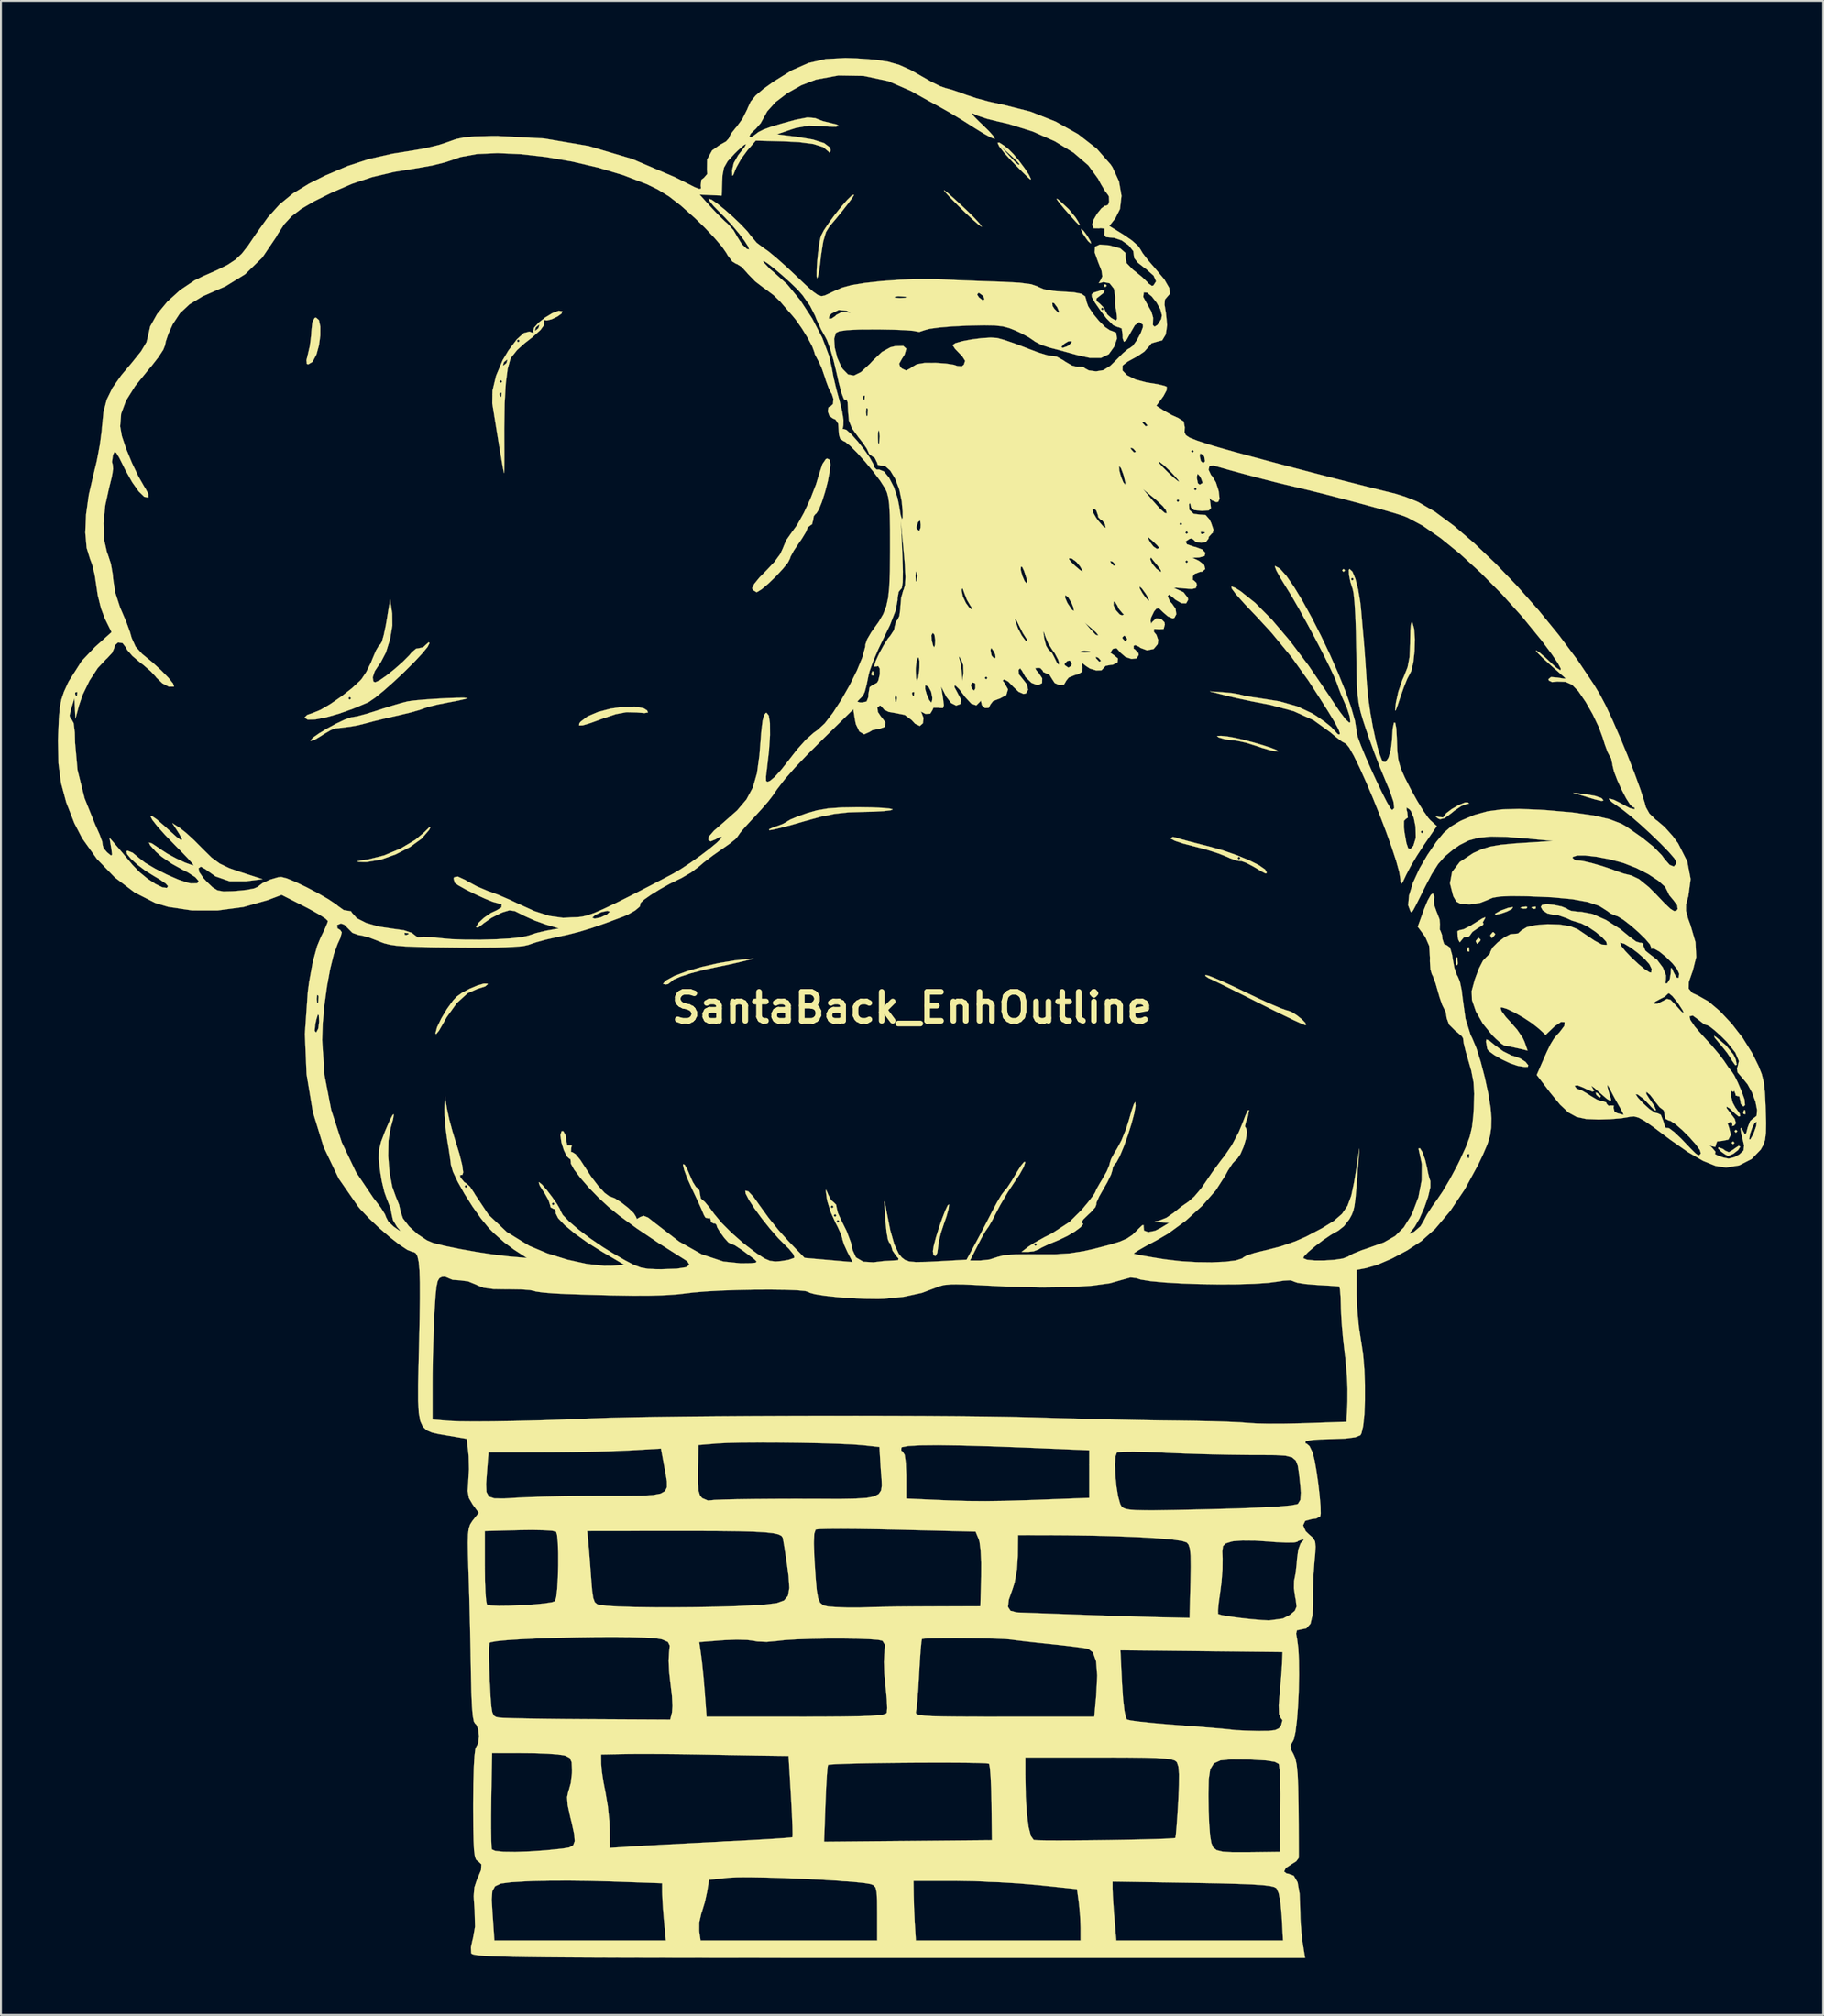
<source format=kicad_pcb>
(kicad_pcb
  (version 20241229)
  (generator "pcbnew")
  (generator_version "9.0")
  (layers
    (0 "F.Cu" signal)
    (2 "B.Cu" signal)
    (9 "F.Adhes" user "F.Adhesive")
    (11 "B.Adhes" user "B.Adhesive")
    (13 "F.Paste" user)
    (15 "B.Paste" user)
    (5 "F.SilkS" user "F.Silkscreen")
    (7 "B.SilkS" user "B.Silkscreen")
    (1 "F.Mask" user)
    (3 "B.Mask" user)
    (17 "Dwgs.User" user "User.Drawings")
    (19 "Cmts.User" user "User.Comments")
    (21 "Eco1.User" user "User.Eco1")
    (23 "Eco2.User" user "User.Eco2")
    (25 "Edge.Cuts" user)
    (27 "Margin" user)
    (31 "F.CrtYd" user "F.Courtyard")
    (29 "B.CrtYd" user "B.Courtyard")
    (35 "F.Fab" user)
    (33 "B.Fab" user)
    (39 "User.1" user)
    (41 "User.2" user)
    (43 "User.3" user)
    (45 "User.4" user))
  (footprint "SantaBack_EnhOutline"
    (layer "F.Cu")
    (at 44.97 50.016)
    (property "Reference" "SantaBack_EnhOutline" (at 0 0 0) (layer "F.SilkS") (effects (font (size 1.524 1.524) (thickness 0.3))))
    (attr through_hole)
    (fp_poly (pts (xy 10.252 -38.023) (xy 10.175 -37.947) (xy 10.099 -38.023) (xy 10.175 -38.1) (xy 10.252 -38.023)) (stroke (width 0.01) (type solid)) (fill yes) (layer "F.SilkS"))
    (fp_poly (pts (xy 22.799 -23.028) (xy 22.722 -22.952) (xy 22.646 -23.028) (xy 22.722 -23.105) (xy 22.799 -23.028)) (stroke (width 0.01) (type solid)) (fill yes) (layer "F.SilkS"))
    (fp_poly (pts (xy 43.302 4.361) (xy 43.226 4.437) (xy 43.149 4.361) (xy 43.226 4.284) (xy 43.302 4.361)) (stroke (width 0.01) (type solid)) (fill yes) (layer "F.SilkS"))
    (fp_poly (pts (xy 43.302 7.115) (xy 43.226 7.192) (xy 43.149 7.115) (xy 43.226 7.039) (xy 43.302 7.115)) (stroke (width 0.01) (type solid)) (fill yes) (layer "F.SilkS"))
    (fp_poly (pts (xy 43.455 6.503) (xy 43.379 6.58) (xy 43.302 6.503) (xy 43.379 6.427) (xy 43.455 6.503)) (stroke (width 0.01) (type solid)) (fill yes) (layer "F.SilkS"))
    (fp_poly (pts (xy -2.04 -17.698) (xy -2.022 -17.517) (xy -2.04 -17.494) (xy -2.131 -17.515) (xy -2.142 -17.596) (xy -2.086 -17.722) (xy -2.04 -17.698)) (stroke (width 0.01) (type solid)) (fill yes) (layer "F.SilkS"))
    (fp_poly (pts (xy 28.715 -2.639) (xy 28.735 -2.326) (xy 28.715 -2.257) (xy 28.659 -2.238) (xy 28.637 -2.448) (xy 28.661 -2.665) (xy 28.715 -2.639)) (stroke (width 0.01) (type solid)) (fill yes) (layer "F.SilkS"))
    (fp_poly (pts (xy 29.327 -3.162) (xy 29.346 -2.981) (xy 29.327 -2.958) (xy 29.236 -2.979) (xy 29.225 -3.06) (xy 29.281 -3.186) (xy 29.327 -3.162)) (stroke (width 0.01) (type solid)) (fill yes) (layer "F.SilkS"))
    (fp_poly (pts (xy 32.397 -5.295) (xy 32.351 -5.225) (xy 32.196 -5.214) (xy 32.033 -5.252) (xy 32.104 -5.307) (xy 32.343 -5.325) (xy 32.397 -5.295)) (stroke (width 0.01) (type solid)) (fill yes) (layer "F.SilkS"))
    (fp_poly (pts (xy 32.847 -5.304) (xy 32.826 -5.213) (xy 32.745 -5.202) (xy 32.619 -5.258) (xy 32.643 -5.304) (xy 32.824 -5.323) (xy 32.847 -5.304)) (stroke (width 0.01) (type solid)) (fill yes) (layer "F.SilkS"))
    (fp_poly (pts (xy 43.863 5.406) (xy 43.882 5.588) (xy 43.863 5.61) (xy 43.772 5.589) (xy 43.761 5.508) (xy 43.817 5.382) (xy 43.863 5.406)) (stroke (width 0.01) (type solid)) (fill yes) (layer "F.SilkS"))
    (fp_poly (pts (xy 36.087 4.499) (xy 36.25 4.641) (xy 36.264 4.676) (xy 36.191 4.739) (xy 36.04 4.598) (xy 36.02 4.567) (xy 36.002 4.462) (xy 36.087 4.499)) (stroke (width 0.01) (type solid)) (fill yes) (layer "F.SilkS"))
    (fp_poly (pts (xy 29.938 -3.579) (xy 29.914 -3.519) (xy 29.776 -3.373) (xy 29.752 -3.366) (xy 29.686 -3.485) (xy 29.684 -3.519) (xy 29.802 -3.666) (xy 29.846 -3.672) (xy 29.938 -3.579)) (stroke (width 0.01) (type solid)) (fill yes) (layer "F.SilkS"))
    (fp_poly (pts (xy 30.703 -3.885) (xy 30.679 -3.825) (xy 30.541 -3.679) (xy 30.517 -3.672) (xy 30.451 -3.791) (xy 30.449 -3.825) (xy 30.567 -3.972) (xy 30.611 -3.978) (xy 30.703 -3.885)) (stroke (width 0.01) (type solid)) (fill yes) (layer "F.SilkS"))
    (fp_poly (pts (xy 9.047 -40.894) (xy 9.243 -40.625) (xy 9.405 -40.341) (xy 9.416 -40.24) (xy 9.28 -40.362) (xy 9.223 -40.433) (xy 9.006 -40.749) (xy 8.907 -40.963) (xy 8.925 -41.007) (xy 9.047 -40.894)) (stroke (width 0.01) (type solid)) (fill yes) (layer "F.SilkS"))
    (fp_poly (pts (xy 35.499 -11.236) (xy 35.948 -11.156) (xy 36.268 -11.051) (xy 36.333 -11.009) (xy 36.403 -10.905) (xy 36.294 -10.889) (xy 35.966 -10.967) (xy 35.499 -11.106) (xy 34.81 -11.319) (xy 35.499 -11.236)) (stroke (width 0.01) (type solid)) (fill yes) (layer "F.SilkS"))
    (fp_poly (pts (xy 31.641 -5.286) (xy 31.575 -5.192) (xy 31.325 -5.065) (xy 31.006 -4.954) (xy 30.73 -4.902) (xy 30.707 -4.902) (xy 30.71 -4.957) (xy 30.939 -5.086) (xy 31.046 -5.134) (xy 31.403 -5.263) (xy 31.623 -5.295) (xy 31.641 -5.286)) (stroke (width 0.01) (type solid)) (fill yes) (layer "F.SilkS"))
    (fp_poly (pts (xy 7.662 -42.591) (xy 7.729 -42.537) (xy 8.256 -42.049) (xy 8.611 -41.617) (xy 8.73 -41.428) (xy 8.835 -41.23) (xy 8.813 -41.204) (xy 8.646 -41.366) (xy 8.313 -41.736) (xy 8.039 -42.049) (xy 7.744 -42.402) (xy 7.612 -42.592) (xy 7.662 -42.591)) (stroke (width 0.01) (type solid)) (fill yes) (layer "F.SilkS"))
    (fp_poly (pts (xy 42.308 1.529) (xy 42.856 1.989) (xy 43.245 2.466) (xy 43.37 2.727) (xy 43.423 3.005) (xy 43.347 3.028) (xy 43.18 2.797) (xy 43.136 2.716) (xy 42.924 2.389) (xy 42.602 1.982) (xy 42.481 1.843) (xy 42.265 1.583) (xy 42.228 1.487) (xy 42.308 1.529)) (stroke (width 0.01) (type solid)) (fill yes) (layer "F.SilkS"))
    (fp_poly (pts (xy 1.827 -42.95) (xy 2.153 -42.667) (xy 2.647 -42.212) (xy 2.902 -41.971) (xy 3.291 -41.586) (xy 3.564 -41.29) (xy 3.67 -41.136) (xy 3.667 -41.128) (xy 3.537 -41.209) (xy 3.239 -41.466) (xy 2.823 -41.855) (xy 2.448 -42.221) (xy 1.981 -42.695) (xy 1.73 -42.97) (xy 1.682 -43.053) (xy 1.827 -42.95)) (stroke (width 0.01) (type solid)) (fill yes) (layer "F.SilkS"))
    (fp_poly (pts (xy 43.608 7.315) (xy 43.492 7.497) (xy 43.237 7.694) (xy 42.985 7.802) (xy 42.959 7.804) (xy 42.808 7.723) (xy 42.605 7.579) (xy 42.438 7.411) (xy 42.468 7.349) (xy 42.708 7.442) (xy 42.809 7.525) (xy 43.005 7.609) (xy 43.262 7.457) (xy 43.299 7.424) (xy 43.519 7.276) (xy 43.608 7.315)) (stroke (width 0.01) (type solid)) (fill yes) (layer "F.SilkS"))
    (fp_poly (pts (xy -31.227 -36.208) (xy -31.154 -35.865) (xy -31.156 -35.395) (xy -31.226 -34.881) (xy -31.357 -34.405) (xy -31.541 -34.05) (xy -31.581 -34.003) (xy -31.783 -33.882) (xy -31.861 -33.902) (xy -31.883 -34.097) (xy -31.803 -34.428) (xy -31.705 -34.852) (xy -31.637 -35.398) (xy -31.625 -35.601) (xy -31.572 -36.094) (xy -31.457 -36.318) (xy -31.382 -36.34) (xy -31.227 -36.208)) (stroke (width 0.01) (type solid)) (fill yes) (layer "F.SilkS"))
    (fp_poly (pts (xy -25.425 -9.361) (xy -25.825 -8.899) (xy -26.442 -8.456) (xy -27.185 -8.075) (xy -27.965 -7.799) (xy -28.694 -7.672) (xy -28.886 -7.67) (xy -29.172 -7.685) (xy -29.2 -7.712) (xy -28.955 -7.76) (xy -28.648 -7.806) (xy -27.796 -8.019) (xy -26.923 -8.384) (xy -26.146 -8.846) (xy -25.687 -9.233) (xy -25.426 -9.489) (xy -25.349 -9.519) (xy -25.425 -9.361)) (stroke (width 0.01) (type solid)) (fill yes) (layer "F.SilkS"))
    (fp_poly (pts (xy -14.125 -15.766) (xy -13.946 -15.653) (xy -13.906 -15.548) (xy -14.085 -15.517) (xy -14.499 -15.55) (xy -15.039 -15.563) (xy -15.605 -15.458) (xy -16.261 -15.237) (xy -16.925 -14.994) (xy -17.338 -14.871) (xy -17.526 -14.864) (xy -17.519 -14.97) (xy -17.448 -15.066) (xy -17.082 -15.344) (xy -16.53 -15.576) (xy -15.875 -15.749) (xy -15.201 -15.847) (xy -14.59 -15.857) (xy -14.125 -15.766)) (stroke (width 0.01) (type solid)) (fill yes) (layer "F.SilkS"))
    (fp_poly (pts (xy 1.949 10.361) (xy 1.927 10.582) (xy 1.815 10.985) (xy 1.69 11.342) (xy 1.514 11.876) (xy 1.401 12.357) (xy 1.377 12.576) (xy 1.329 12.913) (xy 1.233 13.077) (xy 1.127 13.021) (xy 1.098 12.818) (xy 1.145 12.532) (xy 1.258 12.104) (xy 1.413 11.606) (xy 1.584 11.11) (xy 1.747 10.689) (xy 1.876 10.413) (xy 1.948 10.357) (xy 1.949 10.361)) (stroke (width 0.01) (type solid)) (fill yes) (layer "F.SilkS"))
    (fp_poly (pts (xy 29.329 -10.745) (xy 29.192 -10.723) (xy 28.921 -10.619) (xy 28.554 -10.374) (xy 28.419 -10.262) (xy 28.05 -9.984) (xy 27.799 -9.922) (xy 27.687 -9.971) (xy 27.561 -10.079) (xy 27.704 -10.051) (xy 27.733 -10.042) (xy 27.956 -10.019) (xy 28.002 -10.065) (xy 28.127 -10.241) (xy 28.427 -10.466) (xy 28.792 -10.676) (xy 29.114 -10.806) (xy 29.257 -10.814) (xy 29.329 -10.745)) (stroke (width 0.01) (type solid)) (fill yes) (layer "F.SilkS"))
    (fp_poly (pts (xy 16.602 -14.285) (xy 16.983 -14.218) (xy 17.464 -14.107) (xy 17.986 -13.968) (xy 18.488 -13.821) (xy 18.911 -13.682) (xy 19.195 -13.571) (xy 19.281 -13.505) (xy 19.203 -13.495) (xy 18.886 -13.553) (xy 18.418 -13.687) (xy 18.132 -13.785) (xy 17.596 -13.952) (xy 17.097 -14.061) (xy 16.908 -14.081) (xy 16.462 -14.141) (xy 16.143 -14.238) (xy 16.06 -14.31) (xy 16.272 -14.318) (xy 16.602 -14.285)) (stroke (width 0.01) (type solid)) (fill yes) (layer "F.SilkS"))
    (fp_poly (pts (xy 30.407 1.747) (xy 30.704 1.991) (xy 31.132 2.302) (xy 31.561 2.515) (xy 31.683 2.549) (xy 32.017 2.67) (xy 32.301 2.853) (xy 32.444 3.032) (xy 32.422 3.115) (xy 32.247 3.119) (xy 31.905 3.063) (xy 31.881 3.058) (xy 31.503 2.931) (xy 31.062 2.724) (xy 30.651 2.489) (xy 30.363 2.277) (xy 30.285 2.168) (xy 30.249 1.944) (xy 30.221 1.793) (xy 30.241 1.672) (xy 30.407 1.747)) (stroke (width 0.01) (type solid)) (fill yes) (layer "F.SilkS"))
    (fp_poly (pts (xy -22.353 -1.265) (xy -22.34 -1.234) (xy -22.473 -1.122) (xy -22.798 -1.02) (xy -22.847 -1.01) (xy -23.403 -0.763) (xy -23.966 -0.249) (xy -24.502 0.498) (xy -24.694 0.84) (xy -24.906 1.207) (xy -25.051 1.386) (xy -25.094 1.357) (xy -25.008 1.032) (xy -24.786 0.569) (xy -24.487 0.066) (xy -24.168 -0.376) (xy -23.984 -0.577) (xy -23.689 -0.79) (xy -23.293 -0.999) (xy -22.882 -1.171) (xy -22.541 -1.27) (xy -22.353 -1.265)) (stroke (width 0.01) (type solid)) (fill yes) (layer "F.SilkS"))
    (fp_poly (pts (xy -8.951 -2.433) (xy -9.515 -2.302) (xy -10.131 -2.173) (xy -10.252 -2.15) (xy -10.975 -1.993) (xy -11.644 -1.816) (xy -12.193 -1.637) (xy -12.558 -1.479) (xy -12.673 -1.381) (xy -12.85 -1.243) (xy -12.972 -1.224) (xy -13.114 -1.254) (xy -13.012 -1.379) (xy -12.921 -1.451) (xy -12.496 -1.682) (xy -11.848 -1.923) (xy -11.054 -2.152) (xy -10.194 -2.348) (xy -9.348 -2.489) (xy -8.951 -2.533) (xy -8.339 -2.586) (xy -8.951 -2.433)) (stroke (width 0.01) (type solid)) (fill yes) (layer "F.SilkS"))
    (fp_poly (pts (xy 30.163 -4.697) (xy 30.049 -4.493) (xy 30.086 -4.431) (xy 30.065 -4.366) (xy 29.834 -4.216) (xy 29.799 -4.197) (xy 29.504 -3.992) (xy 29.378 -3.814) (xy 29.378 -3.811) (xy 29.286 -3.722) (xy 29.235 -3.743) (xy 29.054 -3.706) (xy 28.95 -3.58) (xy 28.841 -3.445) (xy 28.768 -3.569) (xy 28.731 -3.736) (xy 28.721 -4.033) (xy 28.825 -4.084) (xy 29.038 -4.13) (xy 29.402 -4.313) (xy 29.684 -4.49) (xy 30.018 -4.698) (xy 30.184 -4.763) (xy 30.163 -4.697)) (stroke (width 0.01) (type solid)) (fill yes) (layer "F.SilkS"))
    (fp_poly (pts (xy 26.34 -20.307) (xy 26.438 -19.947) (xy 26.476 -19.405) (xy 26.459 -18.784) (xy 26.393 -18.19) (xy 26.284 -17.729) (xy 26.193 -17.55) (xy 26.071 -17.318) (xy 25.898 -16.887) (xy 25.717 -16.372) (xy 25.55 -15.872) (xy 25.461 -15.645) (xy 25.437 -15.673) (xy 25.463 -15.939) (xy 25.478 -16.066) (xy 25.606 -16.646) (xy 25.82 -17.264) (xy 25.9 -17.443) (xy 26.094 -17.935) (xy 26.196 -18.475) (xy 26.227 -19.18) (xy 26.227 -19.327) (xy 26.237 -19.855) (xy 26.271 -20.206) (xy 26.321 -20.326) (xy 26.34 -20.307)) (stroke (width 0.01) (type solid)) (fill yes) (layer "F.SilkS"))
    (fp_poly (pts (xy -3.06 -42.79) (xy -3.149 -42.645) (xy -3.375 -42.339) (xy -3.681 -41.947) (xy -4.009 -41.544) (xy -4.299 -41.204) (xy -4.338 -41.16) (xy -4.532 -40.845) (xy -4.678 -40.351) (xy -4.792 -39.624) (xy -4.827 -39.297) (xy -4.887 -38.831) (xy -4.955 -38.503) (xy -4.992 -38.414) (xy -5.024 -38.508) (xy -5.023 -38.836) (xy -4.992 -39.328) (xy -4.991 -39.339) (xy -4.93 -39.908) (xy -4.858 -40.384) (xy -4.797 -40.64) (xy -4.647 -40.93) (xy -4.388 -41.32) (xy -4.068 -41.755) (xy -3.73 -42.177) (xy -3.42 -42.532) (xy -3.183 -42.763) (xy -3.066 -42.813) (xy -3.06 -42.79)) (stroke (width 0.01) (type solid)) (fill yes) (layer "F.SilkS"))
    (fp_poly (pts (xy 4.866 -45.383) (xy 5.095 -45.197) (xy 5.354 -44.935) (xy 5.65 -44.579) (xy 5.934 -44.199) (xy 6.153 -43.866) (xy 6.256 -43.651) (xy 6.24 -43.608) (xy 6.121 -43.71) (xy 5.842 -43.982) (xy 5.456 -44.371) (xy 5.298 -44.533) (xy 4.866 -45.004) (xy 4.6 -45.348) (xy 4.59 -45.368) (xy 4.667 -45.368) (xy 5.116 -44.871) (xy 5.443 -44.523) (xy 5.612 -44.383) (xy 5.661 -44.42) (xy 5.661 -44.421) (xy 5.559 -44.543) (xy 5.301 -44.793) (xy 5.164 -44.919) (xy 4.667 -45.368) (xy 4.59 -45.368) (xy 4.506 -45.541) (xy 4.593 -45.561) (xy 4.866 -45.383)) (stroke (width 0.01) (type solid)) (fill yes) (layer "F.SilkS"))
    (fp_poly (pts (xy 15.611 -1.688) (xy 15.991 -1.538) (xy 16.544 -1.294) (xy 17.218 -0.978) (xy 17.52 -0.832) (xy 18.249 -0.484) (xy 18.896 -0.19) (xy 19.403 0.025) (xy 19.715 0.136) (xy 19.769 0.146) (xy 19.981 0.222) (xy 20.26 0.399) (xy 20.53 0.614) (xy 20.715 0.806) (xy 20.74 0.912) (xy 20.709 0.918) (xy 20.531 0.852) (xy 20.128 0.668) (xy 19.548 0.39) (xy 18.838 0.04) (xy 18.2 -0.281) (xy 17.411 -0.679) (xy 16.707 -1.031) (xy 16.136 -1.312) (xy 15.75 -1.497) (xy 15.607 -1.56) (xy 15.447 -1.671) (xy 15.454 -1.723) (xy 15.611 -1.688)) (stroke (width 0.01) (type solid)) (fill yes) (layer "F.SilkS"))
    (fp_poly (pts (xy -2.144 -10.548) (xy -1.563 -10.523) (xy -1.166 -10.485) (xy -1.018 -10.443) (xy -1.13 -10.394) (xy -1.487 -10.353) (xy -2.029 -10.324) (xy -2.501 -10.314) (xy -3.351 -10.287) (xy -4.075 -10.208) (xy -4.812 -10.057) (xy -5.679 -9.817) (xy -6.355 -9.622) (xy -6.935 -9.468) (xy -7.349 -9.372) (xy -7.515 -9.349) (xy -7.528 -9.397) (xy -7.302 -9.495) (xy -7.192 -9.531) (xy -6.819 -9.669) (xy -6.594 -9.791) (xy -6.579 -9.807) (xy -6.405 -9.909) (xy -6.023 -10.068) (xy -5.551 -10.237) (xy -5.001 -10.395) (xy -4.42 -10.494) (xy -3.715 -10.544) (xy -2.845 -10.558) (xy -2.144 -10.548)) (stroke (width 0.01) (type solid)) (fill yes) (layer "F.SilkS"))
    (fp_poly (pts (xy 13.87 -8.964) (xy 14.121 -8.887) (xy 14.591 -8.759) (xy 15.205 -8.6) (xy 15.64 -8.491) (xy 16.381 -8.281) (xy 17.104 -8.029) (xy 17.752 -7.762) (xy 18.266 -7.504) (xy 18.588 -7.281) (xy 18.667 -7.153) (xy 18.664 -7.078) (xy 18.611 -7.071) (xy 18.44 -7.158) (xy 18.084 -7.368) (xy 17.986 -7.426) (xy 17.606 -7.626) (xy 17.339 -7.723) (xy 17.28 -7.721) (xy 17.093 -7.743) (xy 16.742 -7.873) (xy 16.727 -7.88) (xy 17.137 -7.88) (xy 17.214 -7.804) (xy 17.29 -7.88) (xy 17.214 -7.957) (xy 17.137 -7.88) (xy 16.727 -7.88) (xy 16.584 -7.945) (xy 16.137 -8.123) (xy 15.518 -8.32) (xy 14.855 -8.496) (xy 14.804 -8.508) (xy 14.25 -8.653) (xy 13.835 -8.792) (xy 13.629 -8.901) (xy 13.618 -8.922) (xy 13.732 -8.994) (xy 13.87 -8.964)) (stroke (width 0.01) (type solid)) (fill yes) (layer "F.SilkS"))
    (fp_poly (pts (xy -4.33 -28.85) (xy -4.299 -28.598) (xy -4.333 -28.269) (xy -4.432 -27.736) (xy -4.579 -27.167) (xy -4.746 -26.64) (xy -4.91 -26.233) (xy -5.043 -26.024) (xy -5.073 -26.012) (xy -5.178 -25.884) (xy -5.202 -25.706) (xy -5.266 -25.457) (xy -5.355 -25.4) (xy -5.504 -25.283) (xy -5.508 -25.246) (xy -5.592 -25.042) (xy -5.806 -24.691) (xy -5.967 -24.458) (xy -6.231 -24.063) (xy -6.397 -23.755) (xy -6.427 -23.656) (xy -6.533 -23.445) (xy -6.804 -23.109) (xy -7.171 -22.715) (xy -7.566 -22.333) (xy -7.919 -22.034) (xy -8.161 -21.886) (xy -8.192 -21.881) (xy -8.391 -22.003) (xy -8.416 -22.104) (xy -8.31 -22.316) (xy -8.034 -22.655) (xy -7.66 -23.034) (xy -7.249 -23.47) (xy -6.94 -23.892) (xy -6.809 -24.176) (xy -6.633 -24.606) (xy -6.366 -24.986) (xy -6.047 -25.426) (xy -5.692 -26.066) (xy -5.346 -26.811) (xy -5.053 -27.566) (xy -4.887 -28.116) (xy -4.717 -28.631) (xy -4.537 -28.893) (xy -4.464 -28.919) (xy -4.33 -28.85)) (stroke (width 0.01) (type solid)) (fill yes) (layer "F.SilkS"))
    (fp_poly (pts (xy -23.415 -16.307) (xy -23.411 -16.302) (xy -23.549 -16.252) (xy -23.911 -16.171) (xy -24.418 -16.075) (xy -24.418 -16.075) (xy -24.976 -15.966) (xy -25.436 -15.853) (xy -25.681 -15.77) (xy -25.949 -15.675) (xy -26.421 -15.544) (xy -27.001 -15.404) (xy -27.083 -15.386) (xy -27.725 -15.239) (xy -28.323 -15.094) (xy -28.752 -14.981) (xy -28.766 -14.977) (xy -29.16 -14.877) (xy -29.584 -14.801) (xy -30.155 -14.731) (xy -30.39 -14.707) (xy -30.613 -14.615) (xy -30.971 -14.407) (xy -31.117 -14.311) (xy -31.448 -14.114) (xy -31.648 -14.049) (xy -31.673 -14.074) (xy -31.548 -14.219) (xy -31.223 -14.446) (xy -30.779 -14.712) (xy -30.297 -14.971) (xy -29.855 -15.179) (xy -29.534 -15.292) (xy -29.466 -15.301) (xy -29.197 -15.348) (xy -28.734 -15.473) (xy -28.172 -15.648) (xy -28.103 -15.671) (xy -27.498 -15.867) (xy -26.945 -16.032) (xy -26.56 -16.131) (xy -26.548 -16.134) (xy -26.219 -16.179) (xy -25.724 -16.225) (xy -25.137 -16.266) (xy -24.537 -16.299) (xy -23.998 -16.32) (xy -23.599 -16.324) (xy -23.415 -16.307)) (stroke (width 0.01) (type solid)) (fill yes) (layer "F.SilkS"))
    (fp_poly (pts (xy -27.369 -20.762) (xy -27.362 -20.127) (xy -27.484 -19.399) (xy -27.704 -18.702) (xy -27.989 -18.157) (xy -28.061 -18.066) (xy -28.289 -17.722) (xy -28.395 -17.395) (xy -28.359 -17.178) (xy -28.263 -17.137) (xy -28.042 -17.235) (xy -27.679 -17.487) (xy -27.246 -17.832) (xy -26.818 -18.21) (xy -26.469 -18.559) (xy -26.342 -18.713) (xy -26.111 -18.908) (xy -25.96 -18.93) (xy -25.733 -18.986) (xy -25.596 -19.113) (xy -25.447 -19.244) (xy -25.405 -19.199) (xy -25.51 -18.996) (xy -25.8 -18.645) (xy -26.223 -18.192) (xy -26.731 -17.687) (xy -27.273 -17.177) (xy -27.799 -16.71) (xy -28.259 -16.335) (xy -28.603 -16.1) (xy -28.659 -16.072) (xy -29.434 -15.745) (xy -30.187 -15.48) (xy -30.869 -15.288) (xy -31.428 -15.181) (xy -31.815 -15.171) (xy -31.977 -15.269) (xy -31.98 -15.289) (xy -31.848 -15.417) (xy -31.529 -15.529) (xy -31.521 -15.531) (xy -31.143 -15.687) (xy -30.624 -15.992) (xy -30.182 -16.296) (xy -29.684 -16.296) (xy -29.608 -16.219) (xy -29.531 -16.296) (xy -29.608 -16.372) (xy -29.684 -16.296) (xy -30.182 -16.296) (xy -30.049 -16.388) (xy -29.501 -16.816) (xy -29.065 -17.217) (xy -28.983 -17.307) (xy -28.737 -17.674) (xy -28.486 -18.177) (xy -28.397 -18.4) (xy -28.221 -18.814) (xy -28.064 -19.078) (xy -28 -19.127) (xy -27.916 -19.266) (xy -27.81 -19.636) (xy -27.7 -20.164) (xy -27.675 -20.312) (xy -27.479 -21.498) (xy -27.369 -20.762)) (stroke (width 0.01) (type solid)) (fill yes) (layer "F.SilkS"))
    (fp_poly (pts (xy 11.753 4.969) (xy 11.771 5.172) (xy 11.696 5.582) (xy 11.55 6.126) (xy 11.36 6.728) (xy 11.149 7.315) (xy 10.942 7.811) (xy 10.763 8.144) (xy 10.673 8.237) (xy 10.57 8.413) (xy 10.558 8.526) (xy 10.481 8.78) (xy 10.284 9.187) (xy 10.09 9.525) (xy 9.852 9.945) (xy 9.715 10.254) (xy 9.703 10.367) (xy 9.651 10.506) (xy 9.423 10.762) (xy 9.292 10.883) (xy 9.024 11.144) (xy 8.918 11.301) (xy 8.937 11.32) (xy 9.017 11.387) (xy 8.881 11.553) (xy 8.584 11.776) (xy 8.183 12.015) (xy 7.732 12.23) (xy 7.677 12.252) (xy 7.191 12.455) (xy 6.817 12.632) (xy 6.664 12.724) (xy 6.408 12.825) (xy 6.146 12.853) (xy 5.773 12.853) (xy 6.138 12.576) (xy 6.302 12.47) (xy 6.427 12.47) (xy 6.503 12.547) (xy 6.58 12.47) (xy 6.503 12.394) (xy 6.427 12.47) (xy 6.302 12.47) (xy 6.476 12.359) (xy 6.968 12.085) (xy 7.367 11.884) (xy 8.286 11.287) (xy 8.936 10.644) (xy 9.283 10.226) (xy 9.535 9.899) (xy 9.639 9.731) (xy 9.64 9.727) (xy 9.715 9.553) (xy 9.905 9.218) (xy 10.022 9.028) (xy 10.252 8.621) (xy 10.389 8.297) (xy 10.405 8.211) (xy 10.486 7.961) (xy 10.69 7.587) (xy 10.785 7.44) (xy 11.03 6.984) (xy 11.275 6.378) (xy 11.427 5.893) (xy 11.568 5.407) (xy 11.684 5.075) (xy 11.752 4.968) (xy 11.753 4.969)) (stroke (width 0.01) (type solid)) (fill yes) (layer "F.SilkS"))
    (fp_poly (pts (xy -18.412 -36.671) (xy -18.456 -36.551) (xy -18.681 -36.392) (xy -18.976 -36.252) (xy -19.231 -36.19) (xy -19.307 -36.205) (xy -19.408 -36.218) (xy -19.374 -36.14) (xy -19.37 -35.955) (xy -19.563 -35.69) (xy -19.979 -35.317) (xy -20.403 -34.986) (xy -20.795 -34.632) (xy -21.09 -34.262) (xy -21.153 -34.145) (xy -21.292 -33.638) (xy -21.391 -32.869) (xy -21.45 -31.826) (xy -21.469 -30.495) (xy -21.468 -30.029) (xy -21.465 -29.312) (xy -21.465 -28.722) (xy -21.47 -28.316) (xy -21.478 -28.155) (xy -21.479 -28.154) (xy -21.512 -28.295) (xy -21.582 -28.677) (xy -21.679 -29.238) (xy -21.772 -29.799) (xy -21.888 -30.514) (xy -21.991 -31.15) (xy -22.068 -31.626) (xy -22.1 -31.827) (xy -22.093 -32.286) (xy -21.728 -32.286) (xy -21.672 -32.16) (xy -21.626 -32.184) (xy -21.607 -32.365) (xy -21.626 -32.388) (xy -21.717 -32.367) (xy -21.728 -32.286) (xy -22.093 -32.286) (xy -22.089 -32.496) (xy -21.973 -32.974) (xy -21.728 -32.974) (xy -21.651 -32.898) (xy -21.575 -32.974) (xy -21.651 -33.051) (xy -21.728 -32.974) (xy -21.973 -32.974) (xy -21.897 -33.287) (xy -21.669 -33.826) (xy -21.537 -33.826) (xy -21.516 -33.816) (xy -21.377 -33.923) (xy -21.345 -33.969) (xy -21.306 -34.112) (xy -21.327 -34.122) (xy -21.467 -34.014) (xy -21.498 -33.969) (xy -21.537 -33.826) (xy -21.669 -33.826) (xy -21.554 -34.097) (xy -21.255 -34.6) (xy -20.867 -35.116) (xy -20.81 -35.116) (xy -20.733 -35.04) (xy -20.657 -35.116) (xy -20.733 -35.193) (xy -20.81 -35.116) (xy -20.867 -35.116) (xy -20.807 -35.196) (xy -20.445 -35.525) (xy -20.146 -35.604) (xy -20.007 -35.552) (xy -19.914 -35.547) (xy -19.94 -35.606) (xy -19.929 -35.662) (xy -19.854 -35.662) (xy -19.833 -35.652) (xy -19.693 -35.76) (xy -19.662 -35.805) (xy -19.623 -35.948) (xy -19.644 -35.958) (xy -19.784 -35.85) (xy -19.815 -35.805) (xy -19.854 -35.662) (xy -19.929 -35.662) (xy -19.903 -35.803) (xy -19.668 -36.067) (xy -19.319 -36.343) (xy -18.938 -36.573) (xy -18.605 -36.698) (xy -18.412 -36.671)) (stroke (width 0.01) (type solid)) (fill yes) (layer "F.SilkS"))
    (fp_poly (pts (xy 19.371 -23.121) (xy 19.71 -22.74) (xy 20.116 -22.154) (xy 20.568 -21.407) (xy 21.046 -20.539) (xy 21.53 -19.591) (xy 21.998 -18.606) (xy 22.432 -17.624) (xy 22.81 -16.688) (xy 23.112 -15.838) (xy 23.319 -15.117) (xy 23.409 -14.566) (xy 23.411 -14.487) (xy 23.471 -14.245) (xy 23.633 -13.809) (xy 23.869 -13.238) (xy 24.151 -12.595) (xy 24.451 -11.94) (xy 24.743 -11.333) (xy 24.997 -10.835) (xy 25.187 -10.506) (xy 25.278 -10.405) (xy 25.39 -10.512) (xy 25.351 -10.844) (xy 25.157 -11.414) (xy 24.918 -11.986) (xy 24.649 -12.637) (xy 24.338 -13.444) (xy 24.039 -14.27) (xy 23.927 -14.595) (xy 23.745 -15.145) (xy 23.612 -15.6) (xy 23.52 -16.025) (xy 23.46 -16.485) (xy 23.424 -17.046) (xy 23.404 -17.773) (xy 23.392 -18.732) (xy 23.39 -18.879) (xy 23.373 -19.796) (xy 23.342 -20.628) (xy 23.301 -21.319) (xy 23.252 -21.812) (xy 23.207 -22.034) (xy 23.086 -22.409) (xy 23.053 -22.569) (xy 23.105 -22.569) (xy 23.181 -22.493) (xy 23.258 -22.569) (xy 23.181 -22.646) (xy 23.105 -22.569) (xy 23.053 -22.569) (xy 23.01 -22.782) (xy 22.998 -23.044) (xy 23.034 -23.105) (xy 23.187 -22.963) (xy 23.345 -22.58) (xy 23.489 -22.021) (xy 23.601 -21.35) (xy 23.638 -21.005) (xy 23.697 -20.329) (xy 23.753 -19.694) (xy 23.795 -19.222) (xy 23.799 -19.169) (xy 23.831 -18.762) (xy 23.875 -18.151) (xy 23.923 -17.438) (xy 23.947 -17.061) (xy 24.016 -16.333) (xy 24.13 -15.536) (xy 24.273 -14.739) (xy 24.432 -14.01) (xy 24.592 -13.419) (xy 24.74 -13.034) (xy 24.794 -12.951) (xy 24.941 -12.94) (xy 25.088 -13.166) (xy 25.206 -13.562) (xy 25.269 -14.06) (xy 25.271 -14.107) (xy 25.312 -14.709) (xy 25.374 -15.009) (xy 25.441 -15.005) (xy 25.498 -14.699) (xy 25.529 -14.108) (xy 25.551 -13.502) (xy 25.608 -13.037) (xy 25.73 -12.611) (xy 25.946 -12.118) (xy 26.253 -11.515) (xy 26.592 -10.902) (xy 26.92 -10.366) (xy 27.189 -9.984) (xy 27.292 -9.87) (xy 27.63 -9.564) (xy 26.956 -8.579) (xy 26.583 -8.005) (xy 26.244 -7.433) (xy 26.01 -6.985) (xy 26.005 -6.972) (xy 25.836 -6.613) (xy 25.752 -6.513) (xy 25.721 -6.648) (xy 25.717 -6.754) (xy 25.655 -7.138) (xy 25.496 -7.716) (xy 25.258 -8.441) (xy 24.962 -9.268) (xy 24.873 -9.502) (xy 25.898 -9.502) (xy 25.933 -9.219) (xy 26.03 -8.669) (xy 26.125 -8.392) (xy 26.241 -8.355) (xy 26.396 -8.524) (xy 26.523 -8.932) (xy 26.518 -9.257) (xy 26.777 -9.257) (xy 26.854 -9.181) (xy 26.93 -9.257) (xy 26.854 -9.334) (xy 26.777 -9.257) (xy 26.518 -9.257) (xy 26.513 -9.527) (xy 26.417 -9.998) (xy 26.27 -10.353) (xy 26.2 -10.439) (xy 26.041 -10.542) (xy 26.04 -10.414) (xy 26.077 -10.289) (xy 26.104 -10.008) (xy 26.005 -9.946) (xy 25.902 -9.841) (xy 25.898 -9.502) (xy 24.873 -9.502) (xy 24.626 -10.147) (xy 24.27 -11.033) (xy 23.911 -11.878) (xy 23.57 -12.636) (xy 23.266 -13.259) (xy 23.017 -13.7) (xy 22.843 -13.912) (xy 22.809 -13.924) (xy 22.637 -14.018) (xy 22.318 -14.26) (xy 22.017 -14.513) (xy 21.139 -15.144) (xy 20.102 -15.614) (xy 18.849 -15.951) (xy 18.591 -16) (xy 17.871 -16.139) (xy 17.138 -16.295) (xy 16.546 -16.434) (xy 16.525 -16.44) (xy 15.684 -16.658) (xy 16.372 -16.613) (xy 16.845 -16.568) (xy 17.211 -16.506) (xy 17.29 -16.483) (xy 17.578 -16.414) (xy 18.027 -16.34) (xy 18.208 -16.316) (xy 19.352 -16.133) (xy 20.273 -15.872) (xy 21.052 -15.509) (xy 21.28 -15.37) (xy 21.73 -15.058) (xy 22.077 -14.777) (xy 22.226 -14.614) (xy 22.409 -14.414) (xy 22.495 -14.383) (xy 22.533 -14.447) (xy 22.459 -14.655) (xy 22.259 -15.028) (xy 21.921 -15.589) (xy 21.433 -16.36) (xy 20.869 -17.228) (xy 19.975 -18.477) (xy 18.923 -19.752) (xy 18.181 -20.558) (xy 17.51 -21.265) (xy 17.061 -21.769) (xy 16.833 -22.074) (xy 16.822 -22.184) (xy 17.026 -22.103) (xy 17.295 -21.935) (xy 18.071 -21.317) (xy 18.942 -20.44) (xy 19.885 -19.332) (xy 20.879 -18.016) (xy 21.902 -16.519) (xy 22.043 -16.301) (xy 22.496 -15.625) (xy 22.825 -15.191) (xy 23.022 -15.011) (xy 23.077 -15.042) (xy 23.046 -15.336) (xy 22.907 -15.765) (xy 22.825 -15.955) (xy 22.613 -16.439) (xy 22.446 -16.874) (xy 22.411 -16.984) (xy 22.273 -17.339) (xy 22.013 -17.899) (xy 21.663 -18.603) (xy 21.254 -19.393) (xy 20.817 -20.208) (xy 20.385 -20.989) (xy 19.989 -21.675) (xy 19.69 -22.159) (xy 19.387 -22.651) (xy 19.181 -23.03) (xy 19.104 -23.236) (xy 19.118 -23.258) (xy 19.371 -23.121)) (stroke (width 0.01) (type solid)) (fill yes) (layer "F.SilkS"))
    (fp_poly (pts (xy -2.925 -49.992) (xy -1.997 -49.926) (xy -1.279 -49.82) (xy -0.671 -49.647) (xy -0.078 -49.381) (xy 0.542 -49.027) (xy 1.047 -48.74) (xy 1.487 -48.524) (xy 1.76 -48.428) (xy 2.074 -48.346) (xy 2.54 -48.188) (xy 2.831 -48.077) (xy 3.369 -47.897) (xy 4.065 -47.71) (xy 4.776 -47.554) (xy 4.825 -47.544) (xy 6.239 -47.186) (xy 7.56 -46.663) (xy 8.738 -46.005) (xy 9.722 -45.241) (xy 10.461 -44.4) (xy 10.557 -44.255) (xy 10.897 -43.515) (xy 11.03 -42.757) (xy 10.95 -42.062) (xy 10.703 -41.567) (xy 10.388 -41.168) (xy 11.154 -40.696) (xy 11.585 -40.398) (xy 11.899 -40.118) (xy 12.006 -39.966) (xy 12.151 -39.723) (xy 12.441 -39.345) (xy 12.774 -38.961) (xy 13.283 -38.352) (xy 13.545 -37.899) (xy 13.568 -37.585) (xy 13.44 -37.437) (xy 13.315 -37.29) (xy 13.296 -37.018) (xy 13.371 -36.56) (xy 13.432 -35.946) (xy 13.359 -35.455) (xy 13.172 -35.144) (xy 12.89 -35.071) (xy 12.613 -34.991) (xy 12.466 -34.814) (xy 12.229 -34.549) (xy 11.842 -34.287) (xy 11.751 -34.241) (xy 11.369 -34.032) (xy 11.116 -33.841) (xy 11.086 -33.805) (xy 11.083 -33.554) (xy 11.327 -33.301) (xy 11.766 -33.08) (xy 12.342 -32.929) (xy 12.446 -32.913) (xy 12.936 -32.832) (xy 13.294 -32.746) (xy 13.416 -32.692) (xy 13.403 -32.514) (xy 13.239 -32.21) (xy 13.192 -32.145) (xy 12.864 -31.701) (xy 13.242 -31.454) (xy 13.675 -31.209) (xy 14.012 -31.057) (xy 14.303 -30.872) (xy 14.362 -30.561) (xy 14.356 -30.495) (xy 14.349 -30.298) (xy 14.42 -30.149) (xy 14.621 -30.017) (xy 15.006 -29.865) (xy 15.626 -29.661) (xy 15.678 -29.645) (xy 16.166 -29.499) (xy 16.903 -29.291) (xy 17.84 -29.035) (xy 18.929 -28.743) (xy 20.123 -28.427) (xy 21.373 -28.1) (xy 22.63 -27.775) (xy 23.847 -27.466) (xy 24.976 -27.183) (xy 25.445 -27.068) (xy 25.965 -26.906) (xy 26.535 -26.68) (xy 26.669 -26.619) (xy 27.537 -26.113) (xy 28.526 -25.381) (xy 29.601 -24.459) (xy 30.727 -23.385) (xy 31.869 -22.194) (xy 32.993 -20.925) (xy 34.063 -19.613) (xy 35.045 -18.297) (xy 35.904 -17.012) (xy 36.207 -16.511) (xy 36.511 -15.937) (xy 36.876 -15.159) (xy 37.273 -14.25) (xy 37.672 -13.286) (xy 38.041 -12.34) (xy 38.352 -11.487) (xy 38.573 -10.8) (xy 38.637 -10.558) (xy 38.82 -10.229) (xy 39.16 -9.896) (xy 39.254 -9.83) (xy 39.625 -9.512) (xy 40.044 -9.045) (xy 40.336 -8.65) (xy 40.814 -7.706) (xy 40.993 -6.775) (xy 40.871 -5.867) (xy 40.852 -5.809) (xy 40.752 -5.432) (xy 40.75 -5.102) (xy 40.858 -4.695) (xy 40.984 -4.352) (xy 41.249 -3.449) (xy 41.288 -2.67) (xy 41.103 -1.936) (xy 41.084 -1.889) (xy 40.896 -1.352) (xy 40.891 -1.003) (xy 41.087 -0.773) (xy 41.403 -0.628) (xy 41.931 -0.33) (xy 42.534 0.182) (xy 43.156 0.845) (xy 43.738 1.598) (xy 44.225 2.379) (xy 44.305 2.532) (xy 44.568 3.068) (xy 44.74 3.502) (xy 44.845 3.929) (xy 44.904 4.448) (xy 44.94 5.158) (xy 44.946 5.319) (xy 44.967 6.072) (xy 44.958 6.593) (xy 44.912 6.955) (xy 44.819 7.231) (xy 44.686 7.469) (xy 44.208 7.965) (xy 43.552 8.3) (xy 42.861 8.416) (xy 42.309 8.33) (xy 41.649 8.064) (xy 40.853 7.602) (xy 39.892 6.928) (xy 39.638 6.737) (xy 39.011 6.266) (xy 38.569 5.959) (xy 38.256 5.788) (xy 38.019 5.724) (xy 37.803 5.74) (xy 37.725 5.759) (xy 37.333 5.822) (xy 36.762 5.868) (xy 36.16 5.887) (xy 35.499 5.861) (xy 34.989 5.75) (xy 34.553 5.51) (xy 34.117 5.099) (xy 33.605 4.474) (xy 33.545 4.396) (xy 33.34 4.127) (xy 34.887 4.127) (xy 35.005 4.277) (xy 35.054 4.284) (xy 35.279 4.367) (xy 35.623 4.571) (xy 35.704 4.628) (xy 36.063 4.84) (xy 36.339 4.93) (xy 36.378 4.927) (xy 36.553 4.991) (xy 36.57 5.059) (xy 36.68 5.169) (xy 36.792 5.15) (xy 36.948 5.158) (xy 36.933 5.273) (xy 36.987 5.478) (xy 37.132 5.554) (xy 37.391 5.623) (xy 37.462 5.644) (xy 37.427 5.54) (xy 37.277 5.26) (xy 37.221 5.164) (xy 36.969 4.715) (xy 36.884 4.552) (xy 38.098 4.552) (xy 38.211 4.727) (xy 38.469 5.012) (xy 38.827 5.339) (xy 39.125 5.534) (xy 39.258 5.56) (xy 39.424 5.639) (xy 39.558 5.976) (xy 39.562 5.995) (xy 39.651 6.284) (xy 39.726 6.35) (xy 39.737 6.328) (xy 39.861 6.346) (xy 40.133 6.55) (xy 40.501 6.899) (xy 40.578 6.979) (xy 40.994 7.417) (xy 41.248 7.669) (xy 41.39 7.77) (xy 41.47 7.756) (xy 41.532 7.668) (xy 41.48 7.492) (xy 41.257 7.186) (xy 40.926 6.814) (xy 40.552 6.441) (xy 40.198 6.133) (xy 39.928 5.955) (xy 39.84 5.936) (xy 39.668 5.85) (xy 39.63 5.668) (xy 39.583 5.415) (xy 39.515 5.355) (xy 39.363 5.24) (xy 39.136 4.957) (xy 39.095 4.896) (xy 38.861 4.593) (xy 38.682 4.442) (xy 38.663 4.438) (xy 38.66 4.54) (xy 38.816 4.791) (xy 38.854 4.841) (xy 39.072 5.16) (xy 39.171 5.387) (xy 39.171 5.397) (xy 39.092 5.397) (xy 38.897 5.2) (xy 38.853 5.146) (xy 38.525 4.804) (xy 38.203 4.566) (xy 38.098 4.552) (xy 36.884 4.552) (xy 36.755 4.304) (xy 36.746 4.284) (xy 36.628 4.071) (xy 36.612 4.139) (xy 36.625 4.208) (xy 36.736 4.62) (xy 36.805 4.82) (xy 36.792 4.924) (xy 36.585 4.8) (xy 36.255 4.514) (xy 35.943 4.238) (xy 35.778 4.117) (xy 35.793 4.17) (xy 35.915 4.38) (xy 35.823 4.418) (xy 35.498 4.284) (xy 35.338 4.204) (xy 35.029 4.084) (xy 34.888 4.114) (xy 34.887 4.127) (xy 33.34 4.127) (xy 32.892 3.541) (xy 33.146 2.956) (xy 33.419 2.336) (xy 33.619 1.923) (xy 33.788 1.645) (xy 33.967 1.425) (xy 34.09 1.297) (xy 34.346 0.959) (xy 34.357 0.76) (xy 34.172 0.749) (xy 33.839 0.973) (xy 33.8 1.01) (xy 33.359 1.432) (xy 33.013 1.113) (xy 32.649 0.822) (xy 32.196 0.523) (xy 32.08 0.457) (xy 40.932 0.457) (xy 40.979 0.647) (xy 41.21 0.99) (xy 41.588 1.431) (xy 41.654 1.501) (xy 42.098 1.987) (xy 42.493 2.454) (xy 42.759 2.807) (xy 42.774 2.831) (xy 42.995 3.158) (xy 43.15 3.356) (xy 43.161 3.366) (xy 43.291 3.561) (xy 43.476 3.935) (xy 43.667 4.382) (xy 43.817 4.795) (xy 43.836 4.858) (xy 43.856 5.131) (xy 43.772 5.202) (xy 43.64 5.074) (xy 43.608 4.887) (xy 43.556 4.671) (xy 43.473 4.656) (xy 43.362 4.622) (xy 43.358 4.55) (xy 43.279 4.353) (xy 43.226 4.33) (xy 43.125 4.42) (xy 43.127 4.681) (xy 43.211 5.004) (xy 43.361 5.279) (xy 43.393 5.315) (xy 43.574 5.574) (xy 43.608 5.701) (xy 43.523 5.727) (xy 43.314 5.556) (xy 43.296 5.537) (xy 43.038 5.295) (xy 42.887 5.208) (xy 42.89 5.289) (xy 43.026 5.47) (xy 43.312 5.848) (xy 43.381 6.083) (xy 43.281 6.21) (xy 43.172 6.231) (xy 43.196 6.17) (xy 43.164 6.036) (xy 43.074 6.018) (xy 42.939 6.081) (xy 43.016 6.311) (xy 43.112 6.69) (xy 42.98 6.946) (xy 42.655 7.01) (xy 42.653 7.01) (xy 42.389 7.039) (xy 42.346 7.153) (xy 42.296 7.328) (xy 42.084 7.292) (xy 41.991 7.23) (xy 41.972 7.229) (xy 42.13 7.383) (xy 42.299 7.582) (xy 42.287 7.661) (xy 42.273 7.708) (xy 42.451 7.798) (xy 42.719 7.89) (xy 42.972 7.944) (xy 43.001 7.946) (xy 43.299 7.871) (xy 43.563 7.726) (xy 43.78 7.519) (xy 43.811 7.257) (xy 43.75 7) (xy 43.728 6.907) (xy 44.079 6.907) (xy 44.08 6.934) (xy 44.139 6.932) (xy 44.27 6.703) (xy 44.317 6.6) (xy 44.444 6.244) (xy 44.472 6.023) (xy 44.462 6.005) (xy 44.365 6.067) (xy 44.238 6.314) (xy 44.127 6.631) (xy 44.079 6.907) (xy 43.728 6.907) (xy 43.651 6.594) (xy 43.624 6.355) (xy 43.668 6.329) (xy 43.759 6.503) (xy 43.853 6.674) (xy 43.924 6.602) (xy 43.997 6.312) (xy 44.127 5.974) (xy 44.299 5.816) (xy 44.316 5.814) (xy 44.469 5.693) (xy 44.493 5.38) (xy 44.407 4.949) (xy 44.232 4.473) (xy 43.989 4.029) (xy 43.75 3.738) (xy 43.466 3.405) (xy 43.431 3.177) (xy 43.462 3.129) (xy 43.537 2.808) (xy 43.348 2.361) (xy 42.902 1.803) (xy 42.62 1.519) (xy 42.248 1.183) (xy 41.971 0.967) (xy 41.853 0.918) (xy 41.718 0.878) (xy 41.461 0.678) (xy 41.418 0.639) (xy 41.108 0.414) (xy 40.934 0.453) (xy 40.932 0.457) (xy 32.08 0.457) (xy 31.729 0.256) (xy 31.323 0.062) (xy 31.051 -0.019) (xy 30.984 0.001) (xy 31.035 0.177) (xy 31.258 0.483) (xy 31.492 0.737) (xy 31.865 1.165) (xy 32.156 1.598) (xy 32.248 1.794) (xy 32.409 2.256) (xy 31.85 2.126) (xy 31.458 2.04) (xy 31.206 1.995) (xy 31.184 1.993) (xy 31.024 1.89) (xy 30.735 1.631) (xy 30.545 1.442) (xy 30.057 0.841) (xy 29.69 0.197) (xy 29.553 -0.204) (xy 39.069 -0.204) (xy 39.25 -0.209) (xy 39.504 -0.336) (xy 39.747 -0.464) (xy 39.935 -0.417) (xy 40.183 -0.16) (xy 40.21 -0.128) (xy 40.509 0.203) (xy 40.635 0.29) (xy 40.581 0.145) (xy 40.343 -0.222) (xy 40.29 -0.296) (xy 40.034 -0.613) (xy 39.853 -0.76) (xy 39.805 -0.745) (xy 39.635 -0.582) (xy 39.363 -0.445) (xy 39.112 -0.309) (xy 39.069 -0.204) (xy 29.553 -0.204) (xy 29.482 -0.41) (xy 29.467 -0.883) (xy 29.637 -1.502) (xy 29.845 -2.058) (xy 30.058 -2.472) (xy 30.237 -2.663) (xy 30.429 -2.85) (xy 30.449 -2.941) (xy 30.562 -3.164) (xy 30.838 -3.44) (xy 31.184 -3.7) (xy 31.504 -3.87) (xy 31.698 -3.886) (xy 31.91 -3.909) (xy 32.086 -4.07) (xy 32.369 -4.242) (xy 32.859 -4.353) (xy 33.465 -4.4) (xy 34.093 -4.38) (xy 34.65 -4.292) (xy 35.036 -4.138) (xy 35.428 -3.875) (xy 35.879 -3.57) (xy 35.935 -3.532) (xy 36.32 -3.324) (xy 36.565 -3.306) (xy 36.588 -3.323) (xy 36.566 -3.416) (xy 37.283 -3.416) (xy 37.328 -3.268) (xy 37.546 -2.991) (xy 37.872 -2.649) (xy 38.239 -2.305) (xy 38.582 -2.021) (xy 38.836 -1.861) (xy 38.921 -1.854) (xy 38.943 -2.043) (xy 38.823 -2.292) (xy 38.569 -2.577) (xy 38.211 -2.89) (xy 37.828 -3.174) (xy 37.498 -3.371) (xy 37.298 -3.426) (xy 37.283 -3.416) (xy 36.566 -3.416) (xy 36.553 -3.474) (xy 36.326 -3.72) (xy 35.982 -4.001) (xy 35.595 -4.26) (xy 35.24 -4.439) (xy 35.093 -4.482) (xy 34.732 -4.593) (xy 34.476 -4.713) (xy 34.05 -4.861) (xy 33.768 -4.896) (xy 33.454 -4.966) (xy 33.206 -5.128) (xy 33.108 -5.31) (xy 33.172 -5.413) (xy 33.418 -5.449) (xy 33.808 -5.413) (xy 34.206 -5.329) (xy 34.478 -5.219) (xy 34.517 -5.182) (xy 34.708 -5.099) (xy 35.086 -5.053) (xy 35.227 -5.049) (xy 35.826 -4.936) (xy 36.537 -4.621) (xy 37.282 -4.146) (xy 37.82 -3.705) (xy 38.125 -3.483) (xy 38.351 -3.415) (xy 38.376 -3.424) (xy 38.491 -3.385) (xy 38.504 -3.259) (xy 38.61 -3.004) (xy 38.844 -2.817) (xy 39.227 -2.522) (xy 39.532 -2.117) (xy 39.694 -1.705) (xy 39.688 -1.473) (xy 39.671 -1.274) (xy 39.767 -1.29) (xy 39.897 -1.508) (xy 39.946 -1.807) (xy 39.96 -2.086) (xy 40.008 -2.076) (xy 40.094 -1.874) (xy 40.25 -1.585) (xy 40.36 -1.568) (xy 40.395 -1.783) (xy 40.292 -2.02) (xy 40.034 -2.341) (xy 39.696 -2.676) (xy 39.352 -2.955) (xy 39.077 -3.108) (xy 38.973 -3.109) (xy 38.889 -3.112) (xy 38.916 -3.172) (xy 38.854 -3.334) (xy 38.612 -3.62) (xy 38.256 -3.969) (xy 37.852 -4.324) (xy 37.465 -4.624) (xy 37.161 -4.81) (xy 37.067 -4.841) (xy 36.78 -4.964) (xy 36.595 -5.1) (xy 36.18 -5.363) (xy 35.578 -5.566) (xy 34.759 -5.715) (xy 33.694 -5.815) (xy 32.362 -5.871) (xy 31.543 -5.88) (xy 30.97 -5.856) (xy 30.584 -5.794) (xy 30.326 -5.687) (xy 30.314 -5.679) (xy 29.92 -5.525) (xy 29.417 -5.442) (xy 29.319 -5.439) (xy 28.896 -5.464) (xy 28.659 -5.592) (xy 28.498 -5.87) (xy 28.324 -6.55) (xy 28.436 -7.147) (xy 28.839 -7.672) (xy 29.153 -7.88) (xy 34.775 -7.88) (xy 34.931 -7.759) (xy 35.04 -7.755) (xy 35.314 -7.726) (xy 35.773 -7.62) (xy 36.316 -7.465) (xy 36.841 -7.291) (xy 37.105 -7.187) (xy 37.486 -7.059) (xy 37.87 -6.965) (xy 38.277 -6.771) (xy 38.802 -6.344) (xy 39.171 -5.974) (xy 39.632 -5.49) (xy 39.935 -5.204) (xy 40.124 -5.087) (xy 40.243 -5.108) (xy 40.315 -5.197) (xy 40.285 -5.398) (xy 40.095 -5.656) (xy 39.868 -5.927) (xy 39.783 -6.109) (xy 39.649 -6.371) (xy 39.288 -6.694) (xy 38.765 -7.035) (xy 38.141 -7.354) (xy 37.48 -7.612) (xy 37.383 -7.643) (xy 36.698 -7.822) (xy 36.036 -7.948) (xy 35.458 -8.014) (xy 35.024 -8.014) (xy 34.794 -7.944) (xy 34.775 -7.88) (xy 29.153 -7.88) (xy 29.54 -8.137) (xy 29.555 -8.145) (xy 29.997 -8.345) (xy 30.447 -8.484) (xy 30.995 -8.579) (xy 31.728 -8.649) (xy 32.056 -8.671) (xy 33.739 -8.78) (xy 32.362 -8.912) (xy 31.302 -8.996) (xy 30.482 -9.013) (xy 29.838 -8.953) (xy 29.309 -8.808) (xy 28.835 -8.569) (xy 28.498 -8.337) (xy 28.054 -7.969) (xy 27.698 -7.565) (xy 27.363 -7.038) (xy 27.045 -6.432) (xy 26.725 -5.788) (xy 26.515 -5.371) (xy 26.39 -5.137) (xy 26.321 -5.039) (xy 26.283 -5.031) (xy 26.248 -5.068) (xy 26.245 -5.071) (xy 26.122 -5.398) (xy 26.171 -5.917) (xy 26.376 -6.579) (xy 26.722 -7.333) (xy 27.137 -8.044) (xy 27.6 -8.725) (xy 27.992 -9.202) (xy 28.381 -9.542) (xy 28.835 -9.813) (xy 28.959 -9.874) (xy 29.624 -10.154) (xy 30.302 -10.341) (xy 31.058 -10.443) (xy 31.96 -10.468) (xy 33.075 -10.423) (xy 33.458 -10.398) (xy 34.811 -10.276) (xy 35.891 -10.121) (xy 36.729 -9.926) (xy 37.354 -9.685) (xy 37.606 -9.539) (xy 38.451 -8.948) (xy 39.06 -8.455) (xy 39.475 -8.028) (xy 39.615 -7.836) (xy 39.886 -7.524) (xy 40.109 -7.433) (xy 40.233 -7.578) (xy 40.242 -7.682) (xy 40.134 -7.871) (xy 39.842 -8.208) (xy 39.417 -8.646) (xy 38.911 -9.135) (xy 38.375 -9.629) (xy 37.858 -10.077) (xy 37.412 -10.431) (xy 37.197 -10.581) (xy 36.856 -10.819) (xy 36.691 -10.977) (xy 36.713 -11.017) (xy 36.966 -10.941) (xy 37.34 -10.753) (xy 37.44 -10.693) (xy 37.789 -10.511) (xy 38.024 -10.451) (xy 38.057 -10.464) (xy 38.032 -10.55) (xy 37.963 -10.558) (xy 37.815 -10.688) (xy 37.601 -11.023) (xy 37.361 -11.482) (xy 37.135 -11.982) (xy 36.96 -12.442) (xy 36.878 -12.779) (xy 36.876 -12.819) (xy 36.807 -13.135) (xy 36.74 -13.243) (xy 36.625 -13.462) (xy 36.473 -13.874) (xy 36.363 -14.23) (xy 36.155 -14.79) (xy 35.837 -15.457) (xy 35.477 -16.089) (xy 35.467 -16.105) (xy 35.081 -16.671) (xy 34.754 -17.008) (xy 34.41 -17.162) (xy 33.973 -17.178) (xy 33.701 -17.149) (xy 33.525 -17.235) (xy 33.51 -17.303) (xy 33.642 -17.414) (xy 33.996 -17.384) (xy 34.306 -17.334) (xy 34.421 -17.339) (xy 34.417 -17.344) (xy 33.686 -17.983) (xy 33.178 -18.446) (xy 32.897 -18.727) (xy 32.848 -18.82) (xy 33.013 -18.722) (xy 33.313 -18.469) (xy 33.539 -18.257) (xy 33.932 -17.898) (xy 34.138 -17.767) (xy 34.161 -17.853) (xy 34.006 -18.144) (xy 33.677 -18.63) (xy 33.178 -19.299) (xy 33.118 -19.376) (xy 32.103 -20.618) (xy 31.032 -21.807) (xy 29.939 -22.909) (xy 28.862 -23.894) (xy 27.835 -24.728) (xy 26.894 -25.381) (xy 26.074 -25.819) (xy 25.859 -25.903) (xy 25.41 -26.046) (xy 24.73 -26.243) (xy 23.888 -26.476) (xy 22.951 -26.727) (xy 21.986 -26.979) (xy 21.06 -27.212) (xy 20.242 -27.41) (xy 19.968 -27.473) (xy 19.309 -27.631) (xy 18.466 -27.846) (xy 17.546 -28.089) (xy 16.658 -28.331) (xy 15.913 -28.543) (xy 15.875 -28.555) (xy 15.66 -28.528) (xy 15.613 -28.33) (xy 15.743 -28.052) (xy 15.826 -27.958) (xy 16 -27.664) (xy 16.138 -27.236) (xy 16.149 -27.182) (xy 16.193 -26.805) (xy 16.125 -26.646) (xy 16.02 -26.624) (xy 15.762 -26.733) (xy 15.703 -26.815) (xy 15.669 -26.83) (xy 15.703 -26.602) (xy 15.706 -26.586) (xy 15.739 -26.307) (xy 15.629 -26.19) (xy 15.299 -26.165) (xy 15.241 -26.165) (xy 14.852 -26.204) (xy 14.692 -26.345) (xy 14.677 -26.433) (xy 14.639 -26.581) (xy 14.586 -26.504) (xy 14.602 -26.215) (xy 14.832 -26.008) (xy 15.182 -25.965) (xy 15.187 -25.966) (xy 15.458 -25.945) (xy 15.661 -25.714) (xy 15.748 -25.533) (xy 15.873 -25.168) (xy 15.829 -24.997) (xy 15.786 -24.975) (xy 15.623 -24.791) (xy 15.607 -24.699) (xy 15.474 -24.528) (xy 15.225 -24.482) (xy 14.937 -24.533) (xy 14.842 -24.63) (xy 14.73 -24.714) (xy 14.613 -24.69) (xy 14.399 -24.545) (xy 14.478 -24.402) (xy 14.836 -24.279) (xy 14.919 -24.263) (xy 15.281 -24.13) (xy 15.449 -23.948) (xy 15.399 -23.784) (xy 15.11 -23.707) (xy 14.766 -23.696) (xy 15.11 -23.53) (xy 15.381 -23.318) (xy 15.439 -23.1) (xy 15.278 -22.964) (xy 15.165 -22.952) (xy 14.879 -22.845) (xy 14.787 -22.722) (xy 14.784 -22.525) (xy 14.847 -22.493) (xy 14.976 -22.368) (xy 14.995 -22.246) (xy 14.944 -22.1) (xy 14.742 -22.049) (xy 14.317 -22.077) (xy 14.268 -22.083) (xy 13.914 -22.115) (xy 13.786 -22.109) (xy 13.848 -22.083) (xy 14.297 -21.875) (xy 14.522 -21.58) (xy 14.536 -21.479) (xy 14.434 -21.296) (xy 14.182 -21.303) (xy 13.861 -21.492) (xy 13.771 -21.575) (xy 13.544 -21.756) (xy 13.466 -21.687) (xy 13.465 -21.67) (xy 13.573 -21.402) (xy 13.695 -21.269) (xy 13.874 -21.009) (xy 13.915 -20.722) (xy 13.811 -20.528) (xy 13.718 -20.504) (xy 13.471 -20.609) (xy 13.226 -20.82) (xy 13.008 -21.03) (xy 12.867 -21.016) (xy 12.744 -20.867) (xy 12.587 -20.541) (xy 12.559 -20.36) (xy 12.597 -20.229) (xy 12.648 -20.312) (xy 12.846 -20.497) (xy 13.107 -20.482) (xy 13.291 -20.296) (xy 13.312 -20.18) (xy 13.247 -19.942) (xy 13.007 -19.936) (xy 13.006 -19.936) (xy 12.744 -19.946) (xy 12.735 -19.796) (xy 12.868 -19.632) (xy 12.962 -19.365) (xy 12.934 -19.142) (xy 12.72 -18.891) (xy 12.374 -18.821) (xy 12.026 -18.951) (xy 11.968 -19.002) (xy 11.756 -19.096) (xy 11.67 -19.057) (xy 11.672 -18.906) (xy 11.744 -18.863) (xy 11.919 -18.671) (xy 11.935 -18.578) (xy 11.823 -18.398) (xy 11.557 -18.367) (xy 11.241 -18.471) (xy 10.98 -18.697) (xy 10.974 -18.706) (xy 10.77 -18.932) (xy 10.595 -18.906) (xy 10.547 -18.864) (xy 10.444 -18.692) (xy 10.609 -18.58) (xy 10.842 -18.393) (xy 10.821 -18.185) (xy 10.571 -18.061) (xy 10.481 -18.055) (xy 10.194 -18.003) (xy 10.099 -17.902) (xy 9.98 -17.772) (xy 9.698 -17.762) (xy 9.368 -17.861) (xy 9.165 -17.993) (xy 8.971 -18.149) (xy 8.942 -18.074) (xy 8.976 -17.932) (xy 8.97 -17.701) (xy 8.751 -17.566) (xy 8.583 -17.523) (xy 8.255 -17.39) (xy 8.11 -17.21) (xy 8.11 -17.202) (xy 8.003 -17.019) (xy 7.763 -16.99) (xy 7.515 -17.1) (xy 7.389 -17.29) (xy 7.235 -17.539) (xy 7.097 -17.596) (xy 6.905 -17.685) (xy 6.886 -17.749) (xy 6.761 -17.883) (xy 6.645 -17.902) (xy 6.486 -17.878) (xy 6.554 -17.756) (xy 6.645 -17.662) (xy 6.853 -17.35) (xy 6.848 -17.097) (xy 6.634 -16.985) (xy 6.614 -16.984) (xy 6.292 -17.11) (xy 5.975 -17.417) (xy 5.786 -17.759) (xy 5.692 -17.876) (xy 5.606 -17.784) (xy 5.626 -17.562) (xy 5.808 -17.337) (xy 6.044 -17.037) (xy 6.111 -16.745) (xy 6 -16.554) (xy 5.875 -16.525) (xy 5.613 -16.637) (xy 5.329 -16.907) (xy 5.328 -16.908) (xy 5.068 -17.176) (xy 4.858 -17.29) (xy 4.855 -17.29) (xy 4.77 -17.23) (xy 4.866 -17.107) (xy 5.054 -16.766) (xy 4.963 -16.465) (xy 4.615 -16.278) (xy 4.59 -16.273) (xy 4.268 -16.148) (xy 4.131 -15.974) (xy 4.131 -15.971) (xy 4.035 -15.788) (xy 3.839 -15.78) (xy 3.681 -15.93) (xy 3.66 -16.028) (xy 3.621 -16.173) (xy 3.571 -16.105) (xy 3.389 -15.923) (xy 3.12 -16.015) (xy 2.791 -16.369) (xy 2.736 -16.448) (xy 2.484 -16.779) (xy 2.289 -16.967) (xy 2.256 -16.98) (xy 3.097 -16.98) (xy 3.149 -16.811) (xy 3.267 -16.695) (xy 3.334 -16.81) (xy 3.335 -17.049) (xy 3.306 -17.096) (xy 3.159 -17.132) (xy 3.097 -16.98) (xy 2.256 -16.98) (xy 2.248 -16.983) (xy 2.233 -16.88) (xy 2.363 -16.644) (xy 2.572 -16.243) (xy 2.546 -15.991) (xy 2.323 -15.913) (xy 2.063 -16.044) (xy 1.809 -16.375) (xy 1.79 -16.411) (xy 1.535 -16.908) (xy 1.63 -16.311) (xy 1.677 -15.932) (xy 1.63 -15.78) (xy 1.457 -15.784) (xy 1.399 -15.799) (xy 1.128 -15.797) (xy 1.071 -15.669) (xy 0.959 -15.485) (xy 0.705 -15.475) (xy 0.528 -15.569) (xy 0.461 -15.591) (xy 0.497 -15.538) (xy 0.606 -15.258) (xy 0.573 -14.98) (xy 0.417 -14.843) (xy 0.401 -14.842) (xy 0.16 -14.958) (xy -0.02 -15.153) (xy -0.383 -15.42) (xy -0.833 -15.51) (xy -1.231 -15.58) (xy -1.472 -15.698) (xy -1.496 -15.735) (xy -1.647 -15.903) (xy -1.696 -15.913) (xy -1.826 -15.808) (xy -1.798 -15.571) (xy -1.631 -15.322) (xy -1.607 -15.301) (xy -1.397 -15.018) (xy -1.44 -14.788) (xy -1.717 -14.689) (xy -1.729 -14.689) (xy -2.083 -14.618) (xy -2.254 -14.516) (xy -2.524 -14.397) (xy -2.773 -14.547) (xy -2.955 -14.926) (xy -2.997 -15.121) (xy -3.092 -15.717) (xy -4.672 -14.17) (xy -5.52 -13.325) (xy -6.18 -12.632) (xy -6.694 -12.042) (xy -7.106 -11.507) (xy -7.345 -11.158) (xy -7.563 -10.874) (xy -7.922 -10.459) (xy -8.346 -9.998) (xy -8.377 -9.966) (xy -8.762 -9.55) (xy -9.046 -9.217) (xy -9.177 -9.029) (xy -9.181 -9.016) (xy -9.298 -8.88) (xy -9.605 -8.635) (xy -9.984 -8.37) (xy -10.494 -8.012) (xy -10.965 -7.652) (xy -11.208 -7.444) (xy -11.625 -7.129) (xy -12.14 -6.829) (xy -12.28 -6.763) (xy -12.768 -6.523) (xy -13.279 -6.237) (xy -13.746 -5.948) (xy -14.106 -5.695) (xy -14.292 -5.521) (xy -14.299 -5.475) (xy -14.332 -5.33) (xy -14.578 -5.121) (xy -14.965 -4.903) (xy -15.204 -4.8) (xy -16.14 -4.452) (xy -16.881 -4.194) (xy -17.513 -4.002) (xy -18.122 -3.847) (xy -18.591 -3.744) (xy -19.218 -3.602) (xy -19.768 -3.455) (xy -20.141 -3.332) (xy -20.185 -3.313) (xy -20.479 -3.246) (xy -21.043 -3.2) (xy -21.887 -3.172) (xy -23.021 -3.164) (xy -23.977 -3.17) (xy -25.111 -3.183) (xy -25.985 -3.201) (xy -26.645 -3.228) (xy -27.136 -3.266) (xy -27.504 -3.321) (xy -27.795 -3.395) (xy -28.054 -3.493) (xy -28.102 -3.514) (xy -28.582 -3.698) (xy -28.995 -3.81) (xy -29.131 -3.825) (xy -29.414 -3.927) (xy -26.726 -3.927) (xy -26.705 -3.836) (xy -26.624 -3.825) (xy -26.498 -3.881) (xy -26.522 -3.927) (xy -26.704 -3.946) (xy -26.726 -3.927) (xy -29.414 -3.927) (xy -29.466 -3.946) (xy -29.649 -4.131) (xy -29.888 -4.372) (xy -30.068 -4.437) (xy -30.273 -4.351) (xy -30.249 -4.181) (xy -30.105 -4.092) (xy -30.024 -3.97) (xy -30.1 -3.675) (xy -30.248 -3.353) (xy -30.443 -2.819) (xy -30.632 -2.058) (xy -30.8 -1.148) (xy -30.936 -0.168) (xy -31.026 0.803) (xy -31.059 1.685) (xy -31.059 1.703) (xy -30.935 3.555) (xy -30.584 5.37) (xy -30.024 7.092) (xy -29.274 8.664) (xy -28.353 10.031) (xy -28.281 10.12) (xy -27.966 10.533) (xy -27.752 10.876) (xy -27.69 11.038) (xy -27.572 11.263) (xy -27.292 11.526) (xy -27.27 11.542) (xy -26.995 11.733) (xy -26.942 11.744) (xy -27.083 11.574) (xy -27.121 11.53) (xy -27.328 11.18) (xy -27.389 10.914) (xy -27.456 10.567) (xy -27.619 10.144) (xy -27.634 10.114) (xy -27.78 9.706) (xy -27.919 9.125) (xy -28.013 8.555) (xy -28.075 7.947) (xy -28.062 7.497) (xy -27.956 7.06) (xy -27.742 6.499) (xy -27.497 5.934) (xy -27.342 5.639) (xy -27.283 5.618) (xy -27.325 5.873) (xy -27.454 6.336) (xy -27.566 6.995) (xy -27.582 7.81) (xy -27.512 8.664) (xy -27.364 9.438) (xy -27.181 9.949) (xy -27.011 10.364) (xy -26.931 10.707) (xy -26.93 10.734) (xy -26.805 11.094) (xy -26.481 11.515) (xy -26.032 11.925) (xy -25.536 12.251) (xy -25.214 12.386) (xy -24.606 12.54) (xy -23.799 12.706) (xy -22.895 12.867) (xy -22.001 13.003) (xy -21.221 13.097) (xy -21.116 13.106) (xy -20.274 13.179) (xy -20.963 12.732) (xy -21.474 12.35) (xy -22.016 11.87) (xy -22.277 11.605) (xy -22.695 11.097) (xy -23.137 10.474) (xy -23.559 9.807) (xy -23.782 9.41) (xy -23.564 9.41) (xy -23.487 9.487) (xy -23.411 9.41) (xy -23.487 9.334) (xy -23.564 9.41) (xy -23.782 9.41) (xy -23.918 9.169) (xy -24.172 8.631) (xy -24.275 8.278) (xy -24.322 7.91) (xy -24.403 7.376) (xy -24.473 6.962) (xy -24.56 6.322) (xy -24.611 5.678) (xy -24.616 5.355) (xy -24.599 4.667) (xy -24.48 5.355) (xy -24.363 5.894) (xy -24.187 6.545) (xy -24.059 6.962) (xy -23.827 7.714) (xy -23.683 8.296) (xy -23.632 8.673) (xy -23.68 8.81) (xy -23.717 8.798) (xy -23.803 8.825) (xy -23.78 8.931) (xy -23.578 9.184) (xy -23.484 9.238) (xy -23.279 9.419) (xy -23.05 9.76) (xy -23.017 9.823) (xy -22.298 10.902) (xy -21.331 11.816) (xy -20.15 12.54) (xy -19.192 12.941) (xy -18.153 13.266) (xy -17.127 13.491) (xy -16.211 13.594) (xy -15.776 13.59) (xy -15.139 13.542) (xy -16.312 12.853) (xy -17.084 12.369) (xy -17.755 11.89) (xy -18.284 11.45) (xy -18.634 11.081) (xy -18.765 10.817) (xy -18.758 10.769) (xy -18.784 10.607) (xy -18.864 10.598) (xy -19.028 10.51) (xy -19.053 10.402) (xy -19.076 10.328) (xy -18.973 10.328) (xy -18.897 10.405) (xy -18.82 10.328) (xy -18.897 10.252) (xy -18.973 10.328) (xy -19.076 10.328) (xy -19.139 10.133) (xy -19.348 9.761) (xy -19.408 9.675) (xy -19.599 9.37) (xy -19.654 9.202) (xy -19.634 9.19) (xy -19.484 9.31) (xy -19.233 9.599) (xy -18.948 9.971) (xy -18.694 10.336) (xy -18.536 10.609) (xy -18.514 10.682) (xy -18.392 10.91) (xy -18.057 11.257) (xy -17.56 11.682) (xy -16.949 12.145) (xy -16.274 12.607) (xy -15.768 12.92) (xy -15.123 13.294) (xy -14.656 13.539) (xy -14.283 13.681) (xy -13.918 13.748) (xy -13.478 13.768) (xy -13.167 13.769) (xy -12.387 13.743) (xy -11.906 13.668) (xy -11.719 13.543) (xy -11.822 13.365) (xy -11.953 13.273) (xy -13.326 12.403) (xy -14.49 11.621) (xy -15.421 10.942) (xy -15.963 10.502) (xy -16.51 9.995) (xy -17.025 9.462) (xy -17.466 8.953) (xy -17.793 8.518) (xy -17.963 8.207) (xy -17.968 8.092) (xy -17.989 7.964) (xy -18.031 7.957) (xy -18.176 7.824) (xy -18.333 7.5) (xy -18.46 7.093) (xy -18.514 6.713) (xy -18.514 6.701) (xy -18.452 6.504) (xy -18.361 6.503) (xy -18.244 6.713) (xy -18.208 6.98) (xy -18.156 7.249) (xy -18.029 7.252) (xy -17.914 7.245) (xy -17.947 7.394) (xy -17.957 7.59) (xy -17.877 7.611) (xy -17.716 7.712) (xy -17.469 8.012) (xy -17.257 8.339) (xy -16.899 8.89) (xy -16.524 9.381) (xy -16.185 9.75) (xy -15.935 9.935) (xy -15.887 9.946) (xy -15.649 10.037) (xy -15.302 10.261) (xy -14.939 10.545) (xy -14.655 10.816) (xy -14.542 10.997) (xy -14.489 11.127) (xy -14.318 11.026) (xy -14.136 10.955) (xy -13.894 11.053) (xy -13.519 11.348) (xy -13.514 11.352) (xy -12.261 12.317) (xy -11.07 12.988) (xy -9.933 13.366) (xy -9.028 13.46) (xy -8.5 13.453) (xy -8.234 13.427) (xy -8.183 13.364) (xy -8.303 13.245) (xy -8.37 13.192) (xy -8.924 12.777) (xy -9.323 12.513) (xy -9.532 12.424) (xy -9.546 12.428) (xy -9.675 12.354) (xy -9.888 12.117) (xy -10.108 11.817) (xy -10.263 11.554) (xy -10.29 11.441) (xy -10.368 11.356) (xy -10.443 11.361) (xy -10.591 11.284) (xy -10.592 11.197) (xy -10.639 11.07) (xy -10.708 11.092) (xy -10.877 11.054) (xy -10.96 10.912) (xy -11.07 10.646) (xy -11.274 10.194) (xy -11.532 9.645) (xy -11.586 9.532) (xy -11.829 8.992) (xy -11.996 8.547) (xy -12.06 8.276) (xy -12.057 8.245) (xy -11.975 8.265) (xy -11.832 8.515) (xy -11.723 8.774) (xy -11.541 9.184) (xy -11.377 9.441) (xy -11.31 9.487) (xy -11.196 9.615) (xy -11.17 9.793) (xy -11.121 10.045) (xy -11.055 10.106) (xy -10.913 10.225) (xy -10.66 10.529) (xy -10.405 10.875) (xy -10.03 11.325) (xy -9.5 11.856) (xy -8.911 12.374) (xy -8.722 12.525) (xy -8.171 12.942) (xy -7.783 13.198) (xy -7.484 13.327) (xy -7.202 13.363) (xy -6.923 13.346) (xy -6.504 13.277) (xy -6.232 13.184) (xy -6.192 13.151) (xy -6.247 12.982) (xy -6.478 12.699) (xy -6.644 12.537) (xy -7.046 12.133) (xy -7.482 11.633) (xy -7.913 11.093) (xy -8.297 10.567) (xy -8.594 10.11) (xy -8.764 9.778) (xy -8.776 9.633) (xy -8.619 9.674) (xy -8.346 9.963) (xy -8.002 10.444) (xy -7.558 11.059) (xy -7.013 11.733) (xy -6.516 12.286) (xy -5.661 13.173) (xy -4.395 13.284) (xy -3.129 13.395) (xy -3.401 12.862) (xy -3.577 12.474) (xy -3.669 12.188) (xy -3.672 12.151) (xy -3.741 11.921) (xy -3.917 11.536) (xy -4.038 11.304) (xy -4.063 11.246) (xy -3.978 11.246) (xy -3.902 11.323) (xy -3.825 11.246) (xy -3.902 11.17) (xy -3.978 11.246) (xy -4.063 11.246) (xy -4.201 10.94) (xy -4.131 10.94) (xy -4.055 11.017) (xy -3.978 10.94) (xy -4.055 10.864) (xy -4.131 10.94) (xy -4.201 10.94) (xy -4.282 10.76) (xy -4.369 10.481) (xy -4.284 10.481) (xy -4.208 10.558) (xy -4.131 10.481) (xy -4.208 10.405) (xy -4.284 10.481) (xy -4.369 10.481) (xy -4.458 10.195) (xy -4.492 10.022) (xy -4.539 9.662) (xy -4.527 9.581) (xy -4.449 9.756) (xy -4.42 9.831) (xy -4.262 10.132) (xy -4.119 10.252) (xy -3.996 10.377) (xy -3.978 10.496) (xy -3.906 10.802) (xy -3.75 11.146) (xy -3.447 11.759) (xy -3.223 12.352) (xy -3.129 12.764) (xy -2.954 13.149) (xy -2.566 13.376) (xy -2.029 13.407) (xy -1.989 13.401) (xy -1.481 13.34) (xy -1.022 13.314) (xy -0.734 13.295) (xy -0.71 13.206) (xy -0.831 13.072) (xy -1.026 12.791) (xy -1.071 12.625) (xy -1.152 12.403) (xy -1.201 12.368) (xy -1.271 12.203) (xy -1.341 11.807) (xy -1.399 11.259) (xy -1.411 11.093) (xy -1.447 10.515) (xy -1.458 10.225) (xy -1.441 10.206) (xy -1.394 10.439) (xy -1.346 10.711) (xy -1.146 11.719) (xy -0.937 12.453) (xy -0.708 12.944) (xy -0.538 13.154) (xy -0.365 13.285) (xy -0.142 13.362) (xy 0.197 13.394) (xy 0.72 13.386) (xy 1.322 13.356) (xy 2.874 13.269) (xy 3.299 12.487) (xy 3.602 11.92) (xy 3.955 11.244) (xy 4.22 10.728) (xy 4.485 10.232) (xy 4.712 9.851) (xy 4.856 9.661) (xy 4.861 9.657) (xy 5.008 9.483) (xy 5.246 9.123) (xy 5.485 8.722) (xy 5.727 8.332) (xy 5.9 8.12) (xy 5.966 8.131) (xy 5.882 8.385) (xy 5.661 8.782) (xy 5.431 9.126) (xy 5.043 9.712) (xy 4.651 10.379) (xy 4.475 10.711) (xy 4.239 11.167) (xy 4.049 11.502) (xy 3.96 11.629) (xy 3.845 11.797) (xy 3.644 12.155) (xy 3.46 12.509) (xy 3.055 13.312) (xy 3.603 13.312) (xy 4.077 13.26) (xy 4.472 13.136) (xy 4.486 13.128) (xy 4.841 13.036) (xy 5.482 12.986) (xy 6.39 12.98) (xy 6.55 12.983) (xy 7.513 12.985) (xy 8.299 12.935) (xy 9.036 12.821) (xy 9.61 12.69) (xy 10.389 12.488) (xy 10.937 12.32) (xy 11.32 12.153) (xy 11.608 11.959) (xy 11.866 11.706) (xy 11.914 11.653) (xy 12.127 11.449) (xy 12.203 11.454) (xy 12.192 11.499) (xy 12.215 11.734) (xy 12.441 11.818) (xy 12.803 11.743) (xy 13.083 11.604) (xy 13.542 11.325) (xy 13.083 11.303) (xy 12.792 11.283) (xy 12.794 11.255) (xy 13.006 11.213) (xy 13.394 11.061) (xy 13.771 10.802) (xy 14.18 10.472) (xy 14.553 10.214) (xy 14.862 9.944) (xy 15.22 9.522) (xy 15.424 9.229) (xy 15.809 8.664) (xy 16.257 8.054) (xy 16.474 7.779) (xy 16.847 7.227) (xy 17.202 6.556) (xy 17.394 6.096) (xy 17.563 5.656) (xy 17.687 5.405) (xy 17.742 5.391) (xy 17.743 5.404) (xy 17.677 5.772) (xy 17.596 5.968) (xy 17.526 6.251) (xy 17.588 6.345) (xy 17.639 6.535) (xy 17.585 6.895) (xy 17.458 7.322) (xy 17.289 7.712) (xy 17.112 7.963) (xy 17.077 7.987) (xy 16.882 8.191) (xy 16.634 8.571) (xy 16.497 8.828) (xy 15.997 9.61) (xy 15.281 10.426) (xy 14.422 11.208) (xy 13.493 11.888) (xy 12.87 12.251) (xy 12.331 12.537) (xy 11.922 12.771) (xy 11.699 12.919) (xy 11.676 12.951) (xy 11.841 12.996) (xy 12.243 13.072) (xy 12.817 13.17) (xy 13.325 13.25) (xy 14.137 13.346) (xy 14.976 13.398) (xy 15.783 13.408) (xy 16.494 13.377) (xy 17.05 13.307) (xy 17.39 13.2) (xy 17.453 13.143) (xy 17.64 13.04) (xy 18.047 12.909) (xy 18.591 12.776) (xy 18.682 12.757) (xy 19.411 12.568) (xy 20.176 12.304) (xy 20.733 12.061) (xy 21.586 11.613) (xy 22.206 11.231) (xy 22.638 10.857) (xy 22.93 10.432) (xy 23.128 9.896) (xy 23.277 9.192) (xy 23.353 8.723) (xy 23.555 7.421) (xy 23.462 8.645) (xy 23.398 9.464) (xy 23.346 10.039) (xy 23.295 10.431) (xy 23.233 10.7) (xy 23.151 10.907) (xy 23.037 11.114) (xy 23.019 11.144) (xy 22.738 11.506) (xy 22.432 11.747) (xy 22.422 11.751) (xy 22.069 11.949) (xy 21.645 12.236) (xy 21.219 12.559) (xy 20.86 12.864) (xy 20.637 13.096) (xy 20.599 13.19) (xy 20.798 13.271) (xy 21.202 13.31) (xy 21.716 13.31) (xy 22.241 13.275) (xy 22.681 13.208) (xy 22.938 13.113) (xy 22.94 13.112) (xy 23.216 12.957) (xy 23.671 12.772) (xy 24.023 12.654) (xy 24.844 12.359) (xy 25.44 12.019) (xy 25.891 11.57) (xy 26.277 10.949) (xy 26.339 10.828) (xy 26.663 9.977) (xy 26.835 9.078) (xy 26.843 8.234) (xy 26.722 7.67) (xy 26.666 7.417) (xy 26.741 7.399) (xy 26.873 7.603) (xy 27.014 8.001) (xy 27.13 8.484) (xy 27.156 8.645) (xy 27.219 8.904) (xy 27.29 9.13) (xy 27.29 9.454) (xy 27.172 9.95) (xy 26.972 10.526) (xy 26.724 11.088) (xy 26.461 11.543) (xy 26.356 11.677) (xy 26.181 11.887) (xy 26.232 11.9) (xy 26.44 11.795) (xy 26.769 11.508) (xy 26.937 11.229) (xy 27.11 10.896) (xy 27.402 10.445) (xy 27.632 10.129) (xy 27.948 9.661) (xy 28.325 9.023) (xy 28.699 8.323) (xy 28.842 8.033) (xy 28.947 7.804) (xy 29.225 7.804) (xy 29.281 7.93) (xy 29.327 7.906) (xy 29.346 7.724) (xy 29.327 7.702) (xy 29.236 7.723) (xy 29.225 7.804) (xy 28.947 7.804) (xy 29.162 7.336) (xy 29.367 6.788) (xy 29.486 6.274) (xy 29.553 5.675) (xy 29.577 5.303) (xy 29.601 4.525) (xy 29.562 3.907) (xy 29.444 3.31) (xy 29.304 2.824) (xy 29.148 2.282) (xy 29.046 1.863) (xy 29.018 1.644) (xy 29.023 1.63) (xy 28.956 1.509) (xy 28.707 1.293) (xy 28.622 1.23) (xy 28.277 0.887) (xy 28.154 0.556) (xy 28.1 0.219) (xy 28.024 0.069) (xy 27.912 -0.155) (xy 27.772 -0.564) (xy 27.694 -0.842) (xy 27.556 -1.313) (xy 27.424 -1.667) (xy 27.368 -1.773) (xy 27.297 -2.016) (xy 27.268 -2.438) (xy 27.271 -2.647) (xy 27.232 -3.252) (xy 27.025 -3.726) (xy 26.966 -3.81) (xy 26.629 -4.265) (xy 26.96 -5.185) (xy 27.149 -5.643) (xy 27.319 -5.944) (xy 27.427 -6.02) (xy 27.501 -5.827) (xy 27.477 -5.713) (xy 27.484 -5.432) (xy 27.617 -5.053) (xy 27.631 -5.026) (xy 27.774 -4.654) (xy 27.798 -4.376) (xy 27.793 -4.362) (xy 27.786 -4.114) (xy 27.82 -4.056) (xy 27.905 -3.832) (xy 27.925 -3.621) (xy 28.015 -3.353) (xy 28.154 -3.29) (xy 28.326 -3.165) (xy 28.439 -2.773) (xy 28.465 -2.58) (xy 28.553 -2.104) (xy 28.677 -1.738) (xy 28.73 -1.65) (xy 28.842 -1.384) (xy 28.939 -0.925) (xy 28.987 -0.524) (xy 29.141 0.58) (xy 29.405 1.425) (xy 29.499 1.617) (xy 29.714 2.13) (xy 29.941 2.85) (xy 30.157 3.679) (xy 30.339 4.521) (xy 30.463 5.279) (xy 30.506 5.819) (xy 30.494 6.315) (xy 30.432 6.741) (xy 30.294 7.187) (xy 30.055 7.746) (xy 29.806 8.267) (xy 29.103 9.56) (xy 28.336 10.701) (xy 27.543 11.641) (xy 26.81 12.293) (xy 26.073 12.776) (xy 25.265 13.208) (xy 24.493 13.539) (xy 23.908 13.71) (xy 23.411 13.805) (xy 23.411 15.112) (xy 23.443 15.925) (xy 23.529 16.816) (xy 23.649 17.596) (xy 23.654 17.616) (xy 23.752 18.266) (xy 23.816 19.036) (xy 23.848 19.861) (xy 23.848 20.677) (xy 23.817 21.418) (xy 23.755 22.018) (xy 23.663 22.412) (xy 23.604 22.514) (xy 23.338 22.619) (xy 22.812 22.687) (xy 22.125 22.713) (xy 21.522 22.73) (xy 21.039 22.767) (xy 20.757 22.818) (xy 20.72 22.837) (xy 20.719 22.944) (xy 20.772 22.952) (xy 20.926 23.082) (xy 21.083 23.401) (xy 21.099 23.449) (xy 21.198 23.851) (xy 21.297 24.411) (xy 21.389 25.05) (xy 21.462 25.687) (xy 21.509 26.243) (xy 21.518 26.639) (xy 21.494 26.783) (xy 21.286 26.899) (xy 21.046 26.93) (xy 20.701 27.024) (xy 20.591 27.259) (xy 20.728 27.567) (xy 20.902 27.735) (xy 21.109 27.916) (xy 21.22 28.105) (xy 21.251 28.387) (xy 21.221 28.848) (xy 21.192 29.135) (xy 21.136 29.892) (xy 21.106 30.721) (xy 21.107 31.265) (xy 21.088 31.983) (xy 20.979 32.442) (xy 20.763 32.683) (xy 20.468 32.745) (xy 20.268 32.785) (xy 20.225 32.963) (xy 20.275 33.242) (xy 20.338 33.708) (xy 20.372 34.361) (xy 20.38 35.134) (xy 20.363 35.962) (xy 20.324 36.78) (xy 20.267 37.522) (xy 20.193 38.123) (xy 20.106 38.519) (xy 20.056 38.622) (xy 19.924 38.847) (xy 19.968 39.089) (xy 20.084 39.303) (xy 20.183 39.532) (xy 20.254 39.865) (xy 20.303 40.351) (xy 20.333 41.038) (xy 20.349 41.975) (xy 20.351 42.162) (xy 20.357 43.003) (xy 20.361 43.741) (xy 20.363 44.318) (xy 20.363 44.679) (xy 20.361 44.77) (xy 20.228 44.95) (xy 19.968 45.111) (xy 19.68 45.303) (xy 19.59 45.487) (xy 19.723 45.592) (xy 19.796 45.598) (xy 20.1 45.709) (xy 20.301 46.056) (xy 20.407 46.662) (xy 20.431 47.266) (xy 20.451 47.975) (xy 20.501 48.692) (xy 20.565 49.232) (xy 20.696 50.035) (xy -1.209 50.035) (xy -4.243 50.035) (xy -6.986 50.034) (xy -9.452 50.033) (xy -11.656 50.03) (xy -13.613 50.027) (xy -15.336 50.023) (xy -16.842 50.017) (xy -18.144 50.01) (xy -19.256 50.001) (xy -20.195 49.99) (xy -20.974 49.977) (xy -21.607 49.962) (xy -22.111 49.945) (xy -22.498 49.925) (xy -22.785 49.903) (xy -22.984 49.878) (xy -23.112 49.849) (xy -23.183 49.818) (xy -23.21 49.786) (xy -23.225 49.481) (xy -23.135 49.067) (xy -23.119 49.022) (xy -23.008 48.394) (xy -23.031 47.513) (xy -23.037 47.449) (xy -23.068 46.973) (xy -22.13 46.973) (xy -22.091 47.646) (xy -22.074 47.892) (xy -21.99 49.117) (xy -12.962 49.117) (xy -13.008 48.625) (xy -11.207 48.625) (xy -11.135 49.117) (xy -1.836 49.117) (xy -1.836 47.681) (xy -1.841 47.009) (xy -1.864 46.581) (xy -1.919 46.336) (xy -2.02 46.213) (xy -2.18 46.148) (xy -2.18 46.148) (xy -2.52 46.091) (xy -3.107 46.032) (xy -3.797 45.98) (xy 0.077 45.98) (xy 0.088 46.745) (xy 0.106 47.39) (xy 0.138 48.091) (xy 0.151 48.314) (xy 0.202 49.117) (xy 8.875 49.117) (xy 8.875 48.45) (xy 8.851 47.841) (xy 8.794 47.201) (xy 8.781 47.099) (xy 8.687 46.416) (xy 8.496 46.396) (xy 10.558 46.396) (xy 10.571 46.732) (xy 10.604 47.264) (xy 10.651 47.882) (xy 10.657 47.946) (xy 10.756 49.117) (xy 19.535 49.117) (xy 19.467 47.855) (xy 19.404 47.148) (xy 19.307 46.633) (xy 19.192 46.373) (xy 19.073 46.305) (xy 18.838 46.249) (xy 18.455 46.204) (xy 17.893 46.167) (xy 17.121 46.137) (xy 16.107 46.11) (xy 14.819 46.086) (xy 14.771 46.085) (xy 10.558 46.017) (xy 10.558 46.396) (xy 8.496 46.396) (xy 6.601 46.198) (xy 5.598 46.112) (xy 4.437 46.042) (xy 3.267 45.996) (xy 2.295 45.98) (xy 0.077 45.98) (xy -3.797 45.98) (xy -3.883 45.974) (xy -4.788 45.919) (xy -5.764 45.871) (xy -6.752 45.831) (xy -7.693 45.802) (xy -8.529 45.788) (xy -9.201 45.79) (xy -9.65 45.812) (xy -9.666 45.814) (xy -10.688 45.925) (xy -10.793 46.565) (xy -10.91 47.102) (xy -11.062 47.6) (xy -11.089 47.668) (xy -11.205 48.167) (xy -11.207 48.625) (xy -13.008 48.625) (xy -13.059 48.084) (xy -13.111 47.472) (xy -13.146 46.915) (xy -13.158 46.578) (xy -13.159 46.105) (xy -15.93 46.009) (xy -16.972 45.982) (xy -18.052 45.969) (xy -19.074 45.972) (xy -19.943 45.989) (xy -20.355 46.007) (xy -21.13 46.053) (xy -21.648 46.121) (xy -21.955 46.263) (xy -22.1 46.529) (xy -22.13 46.973) (xy -23.068 46.973) (xy -23.079 46.789) (xy -23.042 46.322) (xy -22.917 45.944) (xy -22.894 45.894) (xy -22.69 45.407) (xy -22.675 45.107) (xy -22.848 44.941) (xy -22.875 44.93) (xy -22.957 44.856) (xy -23.017 44.68) (xy -23.059 44.363) (xy -23.086 43.865) (xy -23.1 43.148) (xy -23.103 42.534) (xy -22.162 42.534) (xy -22.162 43.276) (xy -22.153 43.861) (xy -22.135 44.23) (xy -22.121 44.325) (xy -21.941 44.403) (xy -21.512 44.446) (xy -20.889 44.454) (xy -20.125 44.429) (xy -19.276 44.37) (xy -18.4 44.28) (xy -18.051 44.221) (xy -17.842 44.11) (xy -17.76 43.89) (xy -17.791 43.508) (xy -17.923 42.908) (xy -18 42.599) (xy -18.132 41.988) (xy -18.163 41.574) (xy -18.095 41.266) (xy -18.076 41.221) (xy -17.966 40.825) (xy -17.906 40.308) (xy -17.902 40.161) (xy -17.923 39.731) (xy -18.021 39.507) (xy -18.247 39.391) (xy -18.323 39.369) (xy -18.631 39.324) (xy -16.372 39.324) (xy -16.367 39.821) (xy -16.331 40.237) (xy -16.242 40.811) (xy -16.143 41.313) (xy -16.02 42.033) (xy -15.938 42.819) (xy -15.919 43.277) (xy -15.913 44.246) (xy -14.88 44.178) (xy -14.432 44.151) (xy -13.735 44.112) (xy -12.849 44.064) (xy -11.831 44.01) (xy -10.738 43.953) (xy -10.099 43.921) (xy -10.07 43.919) (xy -4.631 43.919) (xy -0.212 43.879) (xy 4.208 43.838) (xy 4.184 41.876) (xy 4.168 41.13) (xy 4.14 40.498) (xy 4.103 40.04) (xy 4.062 39.819) (xy 4.057 39.811) (xy 3.886 39.788) (xy 3.458 39.772) (xy 2.821 39.761) (xy 2.023 39.756) (xy 1.112 39.755) (xy 0.138 39.759) (xy -0.853 39.767) (xy -1.81 39.779) (xy -2.687 39.794) (xy -3.434 39.813) (xy -4.003 39.834) (xy -4.346 39.858) (xy -4.424 39.874) (xy -4.453 40.041) (xy -4.487 40.455) (xy -4.522 41.057) (xy -4.554 41.787) (xy -4.559 41.927) (xy -4.631 43.919) (xy -10.07 43.919) (xy -9.061 43.866) (xy -8.13 43.814) (xy -7.346 43.767) (xy -6.753 43.727) (xy -6.392 43.697) (xy -6.299 43.683) (xy -6.29 43.521) (xy -6.298 43.111) (xy -6.323 42.508) (xy -6.361 41.77) (xy -6.376 41.518) (xy -6.498 39.477) (xy 5.967 39.477) (xy 5.967 40.449) (xy 5.988 41.528) (xy 6.047 42.44) (xy 6.139 43.149) (xy 6.261 43.622) (xy 6.407 43.824) (xy 6.41 43.825) (xy 6.615 43.842) (xy 7.068 43.851) (xy 7.716 43.854) (xy 8.509 43.851) (xy 9.394 43.844) (xy 10.32 43.832) (xy 11.236 43.816) (xy 12.091 43.798) (xy 12.832 43.778) (xy 13.408 43.757) (xy 13.768 43.735) (xy 13.865 43.719) (xy 13.891 43.557) (xy 13.928 43.15) (xy 13.971 42.558) (xy 14.015 41.843) (xy 14.017 41.809) (xy 14.029 41.551) (xy 15.607 41.551) (xy 15.618 42.276) (xy 15.647 42.976) (xy 15.689 43.53) (xy 15.703 43.655) (xy 15.76 43.986) (xy 15.855 44.216) (xy 16.038 44.362) (xy 16.36 44.441) (xy 16.869 44.472) (xy 17.616 44.472) (xy 17.979 44.468) (xy 19.356 44.45) (xy 19.394 42.231) (xy 19.399 41.427) (xy 19.388 40.724) (xy 19.362 40.184) (xy 19.323 39.866) (xy 19.305 39.816) (xy 19.1 39.71) (xy 18.632 39.637) (xy 17.882 39.594) (xy 17.611 39.586) (xy 16.797 39.58) (xy 16.24 39.632) (xy 15.892 39.791) (xy 15.702 40.104) (xy 15.624 40.619) (xy 15.607 41.384) (xy 15.607 41.551) (xy 14.029 41.551) (xy 14.056 40.949) (xy 14.06 40.349) (xy 14.025 39.961) (xy 13.95 39.741) (xy 13.928 39.711) (xy 13.828 39.638) (xy 13.643 39.581) (xy 13.336 39.539) (xy 12.873 39.51) (xy 12.218 39.491) (xy 11.337 39.481) (xy 10.194 39.477) (xy 9.851 39.477) (xy 5.967 39.477) (xy -6.498 39.477) (xy -6.503 39.401) (xy -7.651 39.385) (xy -8.219 39.377) (xy -9.005 39.363) (xy -9.92 39.347) (xy -10.874 39.329) (xy -11.246 39.322) (xy -12.214 39.307) (xy -13.199 39.297) (xy -14.104 39.293) (xy -14.834 39.296) (xy -15.033 39.299) (xy -16.372 39.324) (xy -18.631 39.324) (xy -18.648 39.322) (xy -19.194 39.283) (xy -19.878 39.258) (xy -20.427 39.251) (xy -22.11 39.248) (xy -22.153 41.69) (xy -22.162 42.534) (xy -23.103 42.534) (xy -23.105 42.171) (xy -23.105 41.939) (xy -23.097 40.89) (xy -23.074 40.035) (xy -23.038 39.407) (xy -22.99 39.034) (xy -22.952 38.942) (xy -22.838 38.727) (xy -22.802 38.365) (xy -22.84 37.99) (xy -22.948 37.74) (xy -22.992 37.71) (xy -23.067 37.596) (xy -23.126 37.298) (xy -23.17 36.787) (xy -23.202 36.033) (xy -23.225 35.006) (xy -23.227 34.846) (xy -23.24 34.136) (xy -22.275 34.136) (xy -22.262 34.768) (xy -22.233 35.485) (xy -22.192 36.258) (xy -22.153 36.778) (xy -22.102 37.097) (xy -22.025 37.27) (xy -21.909 37.346) (xy -21.743 37.381) (xy -21.49 37.397) (xy -20.974 37.414) (xy -20.239 37.43) (xy -19.329 37.444) (xy -18.286 37.456) (xy -17.156 37.464) (xy -17.039 37.465) (xy -12.733 37.488) (xy -12.638 37.109) (xy -12.614 36.771) (xy -12.64 36.244) (xy -12.712 35.643) (xy -12.714 35.631) (xy -12.788 34.991) (xy -12.816 34.388) (xy -12.794 33.969) (xy -12.757 33.592) (xy -12.849 33.405) (xy -11.205 33.405) (xy -11.105 34.107) (xy -11.044 34.608) (xy -10.977 35.28) (xy -10.918 35.987) (xy -10.911 36.073) (xy -10.818 37.335) (xy -6.114 37.335) (xy -4.751 37.333) (xy -3.664 37.325) (xy -2.826 37.311) (xy -2.205 37.29) (xy -1.774 37.259) (xy -1.503 37.218) (xy -1.363 37.165) (xy -1.344 37.142) (xy 0.204 37.142) (xy 0.257 37.202) (xy 0.398 37.248) (xy 0.66 37.282) (xy 1.072 37.306) (xy 1.666 37.321) (xy 2.472 37.33) (xy 3.523 37.334) (xy 4.848 37.335) (xy 9.598 37.335) (xy 9.7 36.206) (xy 9.752 35.169) (xy 9.694 34.416) (xy 9.525 33.945) (xy 9.385 33.84) (xy 10.973 33.84) (xy 11.06 35.61) (xy 11.114 36.412) (xy 11.185 37.021) (xy 11.267 37.393) (xy 11.322 37.487) (xy 11.527 37.534) (xy 11.982 37.595) (xy 12.634 37.664) (xy 13.427 37.734) (xy 14.049 37.783) (xy 14.915 37.848) (xy 15.683 37.909) (xy 16.297 37.962) (xy 16.702 38.001) (xy 16.831 38.017) (xy 17.092 38.043) (xy 17.56 38.066) (xy 18.136 38.082) (xy 18.165 38.082) (xy 18.756 38.08) (xy 19.116 38.04) (xy 19.32 37.945) (xy 19.428 37.803) (xy 19.505 37.519) (xy 19.414 37.4) (xy 19.324 37.2) (xy 19.31 36.744) (xy 19.351 36.205) (xy 19.411 35.557) (xy 19.459 34.94) (xy 19.484 34.524) (xy 19.509 33.932) (xy 10.973 33.84) (xy 9.385 33.84) (xy 9.278 33.76) (xy 8.996 33.712) (xy 8.488 33.645) (xy 7.831 33.568) (xy 7.268 33.507) (xy 6.543 33.431) (xy 5.898 33.359) (xy 5.413 33.3) (xy 5.202 33.271) (xy 4.914 33.245) (xy 4.415 33.225) (xy 3.771 33.21) (xy 3.048 33.2) (xy 2.31 33.195) (xy 1.623 33.198) (xy 1.053 33.206) (xy 0.664 33.222) (xy 0.522 33.242) (xy 0.492 33.409) (xy 0.454 33.818) (xy 0.413 34.406) (xy 0.376 35.049) (xy 0.334 35.774) (xy 0.288 36.402) (xy 0.243 36.862) (xy 0.21 37.067) (xy 0.204 37.142) (xy -1.344 37.142) (xy -1.329 37.125) (xy -1.309 36.881) (xy -1.329 36.423) (xy -1.383 35.842) (xy -1.399 35.71) (xy -1.46 35.057) (xy -1.48 34.454) (xy -1.458 34.02) (xy -1.452 33.985) (xy -1.432 33.538) (xy -1.557 33.337) (xy -1.786 33.288) (xy -2.259 33.252) (xy -2.913 33.229) (xy -3.685 33.219) (xy -4.513 33.221) (xy -5.336 33.236) (xy -6.09 33.262) (xy -6.713 33.301) (xy -7.108 33.346) (xy -7.653 33.395) (xy -8.15 33.374) (xy -8.31 33.343) (xy -8.675 33.294) (xy -9.234 33.279) (xy -9.875 33.303) (xy -9.979 33.31) (xy -11.205 33.405) (xy -12.849 33.405) (xy -12.852 33.398) (xy -13.146 33.271) (xy -13.208 33.252) (xy -13.528 33.202) (xy -14.081 33.167) (xy -14.821 33.146) (xy -15.701 33.138) (xy -16.674 33.142) (xy -17.694 33.156) (xy -18.714 33.18) (xy -19.688 33.213) (xy -20.569 33.254) (xy -21.31 33.302) (xy -21.865 33.355) (xy -22.186 33.413) (xy -22.248 33.448) (xy -22.271 33.673) (xy -22.275 34.136) (xy -23.24 34.136) (xy -23.247 33.722) (xy -23.274 32.488) (xy -23.304 31.262) (xy -23.336 30.165) (xy -23.351 29.722) (xy -23.38 28.823) (xy -23.39 28.176) (xy -23.378 27.728) (xy -23.356 27.561) (xy -22.493 27.561) (xy -22.493 29.439) (xy -22.484 30.17) (xy -22.46 30.789) (xy -22.424 31.232) (xy -22.38 31.434) (xy -22.378 31.437) (xy -22.181 31.481) (xy -21.758 31.499) (xy -21.185 31.492) (xy -20.54 31.466) (xy -19.901 31.424) (xy -19.345 31.37) (xy -18.95 31.308) (xy -18.799 31.254) (xy -18.734 31.044) (xy -18.683 30.609) (xy -18.648 30.026) (xy -18.63 29.373) (xy -18.63 28.725) (xy -18.65 28.16) (xy -18.69 27.755) (xy -18.744 27.59) (xy -18.896 27.557) (xy -17.106 27.557) (xy -17.049 28.123) (xy -17.011 28.542) (xy -16.962 29.153) (xy -16.911 29.841) (xy -16.897 30.029) (xy -16.845 30.678) (xy -16.786 31.083) (xy -16.703 31.308) (xy -16.575 31.414) (xy -16.473 31.446) (xy -16.091 31.495) (xy -15.455 31.533) (xy -14.62 31.559) (xy -13.638 31.573) (xy -12.562 31.576) (xy -11.445 31.567) (xy -10.341 31.547) (xy -9.301 31.516) (xy -8.38 31.474) (xy -7.688 31.426) (xy -7.117 31.353) (xy -6.742 31.218) (xy -6.533 30.969) (xy -6.462 30.557) (xy -6.503 29.929) (xy -6.575 29.389) (xy -6.666 28.774) (xy -6.745 28.269) (xy -6.761 28.181) (xy -5.17 28.181) (xy -5.144 28.942) (xy -5.133 29.129) (xy -5.075 30.026) (xy -5.02 30.663) (xy -4.947 31.087) (xy -4.835 31.343) (xy -4.663 31.476) (xy -4.41 31.533) (xy -4.054 31.559) (xy -4.006 31.562) (xy -3.387 31.588) (xy -2.783 31.589) (xy -2.525 31.579) (xy -2.172 31.566) (xy -1.577 31.553) (xy -1.522 31.552) (xy 5.052 31.552) (xy 5.185 31.758) (xy 5.506 31.841) (xy 5.623 31.848) (xy 5.971 31.861) (xy 6.557 31.882) (xy 7.316 31.91) (xy 8.18 31.942) (xy 8.722 31.962) (xy 9.74 31.999) (xy 10.81 32.034) (xy 11.827 32.065) (xy 12.683 32.089) (xy 12.93 32.095) (xy 14.613 32.135) (xy 14.623 31.743) (xy 16.11 31.743) (xy 16.117 31.928) (xy 16.119 31.93) (xy 16.303 31.986) (xy 16.71 32.057) (xy 17.255 32.131) (xy 17.856 32.198) (xy 18.428 32.247) (xy 18.797 32.266) (xy 19.527 32.167) (xy 19.89 31.981) (xy 20.156 31.761) (xy 20.249 31.539) (xy 20.208 31.187) (xy 20.177 31.045) (xy 20.109 30.571) (xy 20.117 30.177) (xy 20.133 30.106) (xy 20.199 29.772) (xy 20.255 29.281) (xy 20.272 29.035) (xy 20.338 28.54) (xy 20.46 28.208) (xy 20.523 28.139) (xy 20.633 28.026) (xy 20.551 28.004) (xy 20.323 28.088) (xy 20.294 28.122) (xy 20.119 28.162) (xy 19.71 28.168) (xy 19.14 28.141) (xy 18.778 28.112) (xy 18.052 28.065) (xy 17.403 28.059) (xy 16.927 28.093) (xy 16.824 28.113) (xy 16.52 28.209) (xy 16.374 28.35) (xy 16.336 28.631) (xy 16.351 29.004) (xy 16.346 29.568) (xy 16.293 30.264) (xy 16.222 30.813) (xy 16.147 31.344) (xy 16.11 31.743) (xy 14.623 31.743) (xy 14.661 30.248) (xy 14.676 29.43) (xy 14.668 28.865) (xy 14.632 28.499) (xy 14.563 28.279) (xy 14.468 28.161) (xy 14.222 28.082) (xy 13.703 28.007) (xy 12.942 27.941) (xy 11.974 27.883) (xy 10.83 27.836) (xy 9.542 27.801) (xy 8.144 27.781) (xy 7.345 27.776) (xy 5.585 27.772) (xy 5.573 28.856) (xy 5.524 29.592) (xy 5.405 30.262) (xy 5.306 30.58) (xy 5.096 31.175) (xy 5.052 31.552) (xy -1.522 31.552) (xy -0.804 31.542) (xy 0.085 31.534) (xy 0.843 31.53) (xy 3.598 31.52) (xy 3.642 29.961) (xy 3.644 29.216) (xy 3.613 28.576) (xy 3.554 28.122) (xy 3.517 27.996) (xy 3.349 27.591) (xy -0.784 27.488) (xy -1.883 27.464) (xy -2.883 27.449) (xy -3.744 27.443) (xy -4.424 27.447) (xy -4.881 27.459) (xy -5.075 27.481) (xy -5.075 27.482) (xy -5.147 27.689) (xy -5.17 28.181) (xy -6.761 28.181) (xy -6.801 27.956) (xy -6.812 27.906) (xy -6.879 27.81) (xy -7.038 27.733) (xy -7.316 27.672) (xy -7.743 27.626) (xy -8.345 27.592) (xy -9.152 27.57) (xy -10.19 27.557) (xy -11.488 27.552) (xy -12.493 27.552) (xy -17.106 27.557) (xy -18.896 27.557) (xy -18.95 27.545) (xy -19.395 27.516) (xy -20.012 27.504) (xy -20.695 27.513) (xy -22.493 27.561) (xy -23.356 27.561) (xy -23.338 27.425) (xy -23.267 27.214) (xy -23.159 27.041) (xy -23.121 26.993) (xy -22.81 26.597) (xy -23.133 26.16) (xy -23.33 25.822) (xy -23.397 25.453) (xy -23.373 25.082) (xy -22.426 25.082) (xy -22.408 25.503) (xy -22.276 25.742) (xy -21.98 25.841) (xy -21.471 25.845) (xy -20.823 25.805) (xy -20.199 25.774) (xy -19.346 25.747) (xy -18.343 25.726) (xy -17.267 25.712) (xy -16.197 25.707) (xy -15.084 25.707) (xy -14.243 25.699) (xy -13.638 25.665) (xy -13.237 25.589) (xy -13.004 25.456) (xy -12.905 25.249) (xy -12.906 25) (xy -11.277 25) (xy -11.244 25.432) (xy -11.165 25.689) (xy -11.049 25.824) (xy -10.751 25.95) (xy -10.588 25.939) (xy -10.386 25.918) (xy -9.919 25.9) (xy -9.228 25.884) (xy -8.354 25.871) (xy -7.338 25.863) (xy -6.221 25.859) (xy -6.049 25.859) (xy -4.753 25.862) (xy -3.731 25.863) (xy -2.952 25.849) (xy -2.384 25.811) (xy -1.995 25.735) (xy -1.755 25.61) (xy -1.63 25.424) (xy -1.591 25.166) (xy -1.605 24.824) (xy -1.64 24.386) (xy -1.651 24.227) (xy -1.705 23.324) (xy -0.568 23.324) (xy -0.497 23.368) (xy -0.387 23.546) (xy -0.324 23.994) (xy -0.306 24.641) (xy -0.306 25.846) (xy 0.803 25.898) (xy 1.94 25.947) (xy 2.933 25.975) (xy 3.883 25.982) (xy 4.889 25.968) (xy 6.052 25.934) (xy 6.694 25.911) (xy 9.334 25.811) (xy 9.334 24.064) (xy 10.685 24.064) (xy 10.706 24.614) (xy 10.763 25.199) (xy 10.85 25.732) (xy 10.958 26.125) (xy 11.026 26.253) (xy 11.11 26.329) (xy 11.24 26.387) (xy 11.453 26.429) (xy 11.781 26.455) (xy 12.26 26.466) (xy 12.924 26.465) (xy 13.806 26.451) (xy 14.941 26.426) (xy 15.678 26.409) (xy 17.194 26.366) (xy 18.408 26.318) (xy 19.324 26.266) (xy 19.945 26.21) (xy 20.275 26.148) (xy 20.324 26.123) (xy 20.448 25.917) (xy 20.476 25.54) (xy 20.439 25.106) (xy 20.377 24.533) (xy 20.315 24.122) (xy 20.208 23.846) (xy 20.01 23.678) (xy 19.674 23.591) (xy 19.154 23.558) (xy 18.406 23.553) (xy 17.771 23.552) (xy 16.694 23.539) (xy 15.487 23.512) (xy 14.29 23.474) (xy 13.245 23.43) (xy 13.159 23.425) (xy 12.359 23.392) (xy 11.665 23.378) (xy 11.136 23.384) (xy 10.83 23.41) (xy 10.784 23.426) (xy 10.709 23.639) (xy 10.685 24.064) (xy 9.334 24.064) (xy 9.334 23.305) (xy 6.006 23.166) (xy 4.159 23.097) (xy 2.615 23.053) (xy 1.375 23.035) (xy 0.439 23.044) (xy -0.193 23.078) (xy -0.521 23.139) (xy -0.561 23.164) (xy -0.568 23.324) (xy -1.705 23.324) (xy -1.716 23.131) (xy -2.579 23.037) (xy -3.122 22.996) (xy -3.902 22.961) (xy -4.851 22.932) (xy -5.901 22.911) (xy -6.984 22.899) (xy -8.031 22.895) (xy -8.975 22.901) (xy -9.746 22.919) (xy -10.252 22.945) (xy -11.246 23.028) (xy -11.274 24.329) (xy -11.277 25) (xy -12.906 25) (xy -12.906 24.952) (xy -12.972 24.549) (xy -13.035 24.216) (xy -13.22 23.215) (xy -14.911 23.312) (xy -15.646 23.345) (xy -16.593 23.373) (xy -17.659 23.395) (xy -18.751 23.407) (xy -19.45 23.41) (xy -22.298 23.411) (xy -22.38 24.433) (xy -22.426 25.082) (xy -23.373 25.082) (xy -23.364 24.95) (xy -23.326 24.306) (xy -23.342 23.631) (xy -23.36 23.439) (xy -23.447 22.702) (xy -24.437 22.532) (xy -24.906 22.453) (xy -25.275 22.371) (xy -25.555 22.252) (xy -25.756 22.061) (xy -25.891 21.764) (xy -25.97 21.325) (xy -26.004 20.712) (xy -26.004 19.888) (xy -26.003 19.817) (xy -25.247 19.817) (xy -25.247 21.684) (xy -24.367 21.756) (xy -23.844 21.779) (xy -23.064 21.787) (xy -22.078 21.781) (xy -20.933 21.762) (xy -19.68 21.731) (xy -18.367 21.689) (xy -17.045 21.636) (xy -16.831 21.626) (xy -15.987 21.596) (xy -14.875 21.569) (xy -13.535 21.545) (xy -12.005 21.525) (xy -10.324 21.509) (xy -8.531 21.496) (xy -6.665 21.488) (xy -4.765 21.483) (xy -2.869 21.482) (xy -1.016 21.486) (xy 0.755 21.493) (xy 2.405 21.505) (xy 3.896 21.522) (xy 5.188 21.542) (xy 6.243 21.568) (xy 6.357 21.571) (xy 7.707 21.612) (xy 9.131 21.65) (xy 10.552 21.684) (xy 11.891 21.712) (xy 13.072 21.733) (xy 13.931 21.743) (xy 14.913 21.757) (xy 15.843 21.777) (xy 16.656 21.803) (xy 17.289 21.833) (xy 17.673 21.863) (xy 18.109 21.892) (xy 18.769 21.907) (xy 19.572 21.905) (xy 20.437 21.888) (xy 20.657 21.881) (xy 22.875 21.804) (xy 22.928 20.733) (xy 22.931 20.071) (xy 22.89 19.255) (xy 22.814 18.433) (xy 22.786 18.208) (xy 22.695 17.419) (xy 22.623 16.6) (xy 22.584 15.894) (xy 22.58 15.722) (xy 22.564 15.202) (xy 22.533 14.827) (xy 22.493 14.676) (xy 22.493 14.676) (xy 22.314 14.662) (xy 21.91 14.635) (xy 21.364 14.603) (xy 21.269 14.597) (xy 20.713 14.55) (xy 20.292 14.484) (xy 20.085 14.413) (xy 20.077 14.402) (xy 19.916 14.353) (xy 19.556 14.375) (xy 19.312 14.415) (xy 18.76 14.489) (xy 18.011 14.539) (xy 17.122 14.566) (xy 16.15 14.571) (xy 15.153 14.555) (xy 14.187 14.521) (xy 13.309 14.469) (xy 12.576 14.401) (xy 12.046 14.317) (xy 11.804 14.24) (xy 11.499 14.208) (xy 11.073 14.325) (xy 10.418 14.51) (xy 9.479 14.639) (xy 8.272 14.713) (xy 6.814 14.73) (xy 5.122 14.69) (xy 3.504 14.61) (xy 2.674 14.57) (xy 2.085 14.567) (xy 1.674 14.605) (xy 1.379 14.687) (xy 1.285 14.729) (xy 0.524 15.015) (xy -0.433 15.223) (xy -1.479 15.33) (xy -1.784 15.34) (xy -2.475 15.332) (xy -3.22 15.296) (xy -3.952 15.239) (xy -4.604 15.167) (xy -5.11 15.087) (xy -5.403 15.005) (xy -5.446 14.973) (xy -5.628 14.919) (xy -6.061 14.879) (xy -6.69 14.855) (xy -7.46 14.845) (xy -8.317 14.849) (xy -9.206 14.867) (xy -10.072 14.897) (xy -10.859 14.94) (xy -11.515 14.995) (xy -11.786 15.028) (xy -12.352 15.094) (xy -12.998 15.139) (xy -13.761 15.163) (xy -14.684 15.167) (xy -15.804 15.149) (xy -17.164 15.112) (xy -18.24 15.075) (xy -18.897 15.041) (xy -19.443 14.995) (xy -19.804 14.944) (xy -19.897 14.915) (xy -20.123 14.868) (xy -20.568 14.836) (xy -21.148 14.826) (xy -21.305 14.827) (xy -22.039 14.816) (xy -22.543 14.75) (xy -22.886 14.618) (xy -22.93 14.591) (xy -23.371 14.411) (xy -23.818 14.355) (xy -24.185 14.33) (xy -24.395 14.246) (xy -24.4 14.24) (xy -24.596 14.161) (xy -24.765 14.18) (xy -24.888 14.245) (xy -24.976 14.398) (xy -25.04 14.693) (xy -25.09 15.179) (xy -25.137 15.909) (xy -25.148 16.102) (xy -25.19 17.078) (xy -25.224 18.19) (xy -25.244 19.269) (xy -25.247 19.817) (xy -26.003 19.817) (xy -25.982 18.819) (xy -25.957 17.806) (xy -25.926 16.429) (xy -25.911 15.327) (xy -25.912 14.473) (xy -25.932 13.835) (xy -25.974 13.384) (xy -26.038 13.091) (xy -26.128 12.926) (xy -26.246 12.859) (xy -26.307 12.853) (xy -26.57 12.751) (xy -26.986 12.475) (xy -27.5 12.074) (xy -28.055 11.595) (xy -28.592 11.087) (xy -29.055 10.597) (xy -29.162 10.47) (xy -30.185 8.994) (xy -30.981 7.328) (xy -31.546 5.493) (xy -31.876 3.507) (xy -31.966 1.392) (xy -31.955 1.223) (xy -31.451 1.223) (xy -31.378 1.306) (xy -31.365 1.299) (xy -31.259 1.095) (xy -31.214 0.733) (xy -31.214 0.731) (xy -31.232 0.393) (xy -31.283 0.357) (xy -31.364 0.619) (xy -31.42 0.887) (xy -31.451 1.223) (xy -31.955 1.223) (xy -31.838 -0.459) (xy -31.343 -0.459) (xy -31.319 -0.242) (xy -31.266 -0.268) (xy -31.246 -0.581) (xy -31.266 -0.65) (xy -31.322 -0.67) (xy -31.343 -0.459) (xy -31.838 -0.459) (xy -31.812 -0.831) (xy -31.742 -1.357) (xy -31.55 -2.412) (xy -31.318 -3.255) (xy -31.13 -3.708) (xy -30.919 -4.14) (xy -30.783 -4.464) (xy -30.755 -4.569) (xy -30.883 -4.695) (xy -31.224 -4.915) (xy -31.716 -5.191) (xy -31.973 -5.325) (xy -33.191 -5.943) (xy -33.924 -5.667) (xy -35.2 -5.304) (xy -36.56 -5.123) (xy -37.914 -5.125) (xy -39.172 -5.314) (xy -39.847 -5.519) (xy -40.926 -6.068) (xy -41.969 -6.858) (xy -42.911 -7.829) (xy -43.689 -8.918) (xy -44.103 -9.716) (xy -44.53 -10.81) (xy -44.802 -11.82) (xy -44.94 -12.864) (xy -44.965 -14.055) (xy -44.955 -14.402) (xy -44.921 -15.197) (xy -44.905 -15.391) (xy -44.357 -15.391) (xy -44.306 -15.213) (xy -44.251 -15.184) (xy -44.142 -14.989) (xy -44.081 -14.499) (xy -44.067 -13.947) (xy -43.938 -12.518) (xy -43.566 -11.027) (xy -43 -9.623) (xy -42.781 -9.135) (xy -42.642 -8.758) (xy -42.613 -8.57) (xy -42.614 -8.569) (xy -42.566 -8.397) (xy -42.38 -8.182) (xy -42.179 -8.016) (xy -42.116 -8.056) (xy -42.151 -8.347) (xy -42.165 -8.429) (xy -42.254 -8.951) (xy -41.924 -8.569) (xy -41.632 -8.226) (xy -41.256 -7.777) (xy -41.048 -7.527) (xy -40.676 -7.141) (xy -40.249 -6.791) (xy -39.826 -6.512) (xy -39.467 -6.339) (xy -39.231 -6.309) (xy -39.171 -6.402) (xy -39.294 -6.541) (xy -39.612 -6.76) (xy -39.898 -6.927) (xy -40.355 -7.21) (xy -40.778 -7.529) (xy -41.119 -7.838) (xy -41.33 -8.091) (xy -41.361 -8.241) (xy -41.292 -8.263) (xy -41.032 -8.158) (xy -40.726 -7.907) (xy -40.718 -7.898) (xy -40.383 -7.637) (xy -39.857 -7.326) (xy -39.239 -7.013) (xy -38.629 -6.747) (xy -38.124 -6.578) (xy -37.962 -6.546) (xy -37.63 -6.554) (xy -37.558 -6.67) (xy -37.731 -6.871) (xy -38.132 -7.129) (xy -38.398 -7.264) (xy -38.972 -7.582) (xy -39.508 -7.952) (xy -39.808 -8.212) (xy -40.109 -8.552) (xy -40.175 -8.7) (xy -40.017 -8.651) (xy -39.642 -8.4) (xy -39.582 -8.354) (xy -39.209 -8.112) (xy -38.738 -7.858) (xy -38.274 -7.641) (xy -37.919 -7.513) (xy -37.824 -7.498) (xy -37.887 -7.597) (xy -38.126 -7.864) (xy -38.5 -8.253) (xy -38.775 -8.53) (xy -39.331 -9.103) (xy -39.742 -9.565) (xy -40 -9.897) (xy -40.096 -10.08) (xy -40.022 -10.094) (xy -39.768 -9.92) (xy -39.327 -9.539) (xy -39.165 -9.389) (xy -38.721 -8.991) (xy -38.479 -8.816) (xy -38.43 -8.864) (xy -38.568 -9.133) (xy -38.674 -9.301) (xy -38.942 -9.716) (xy -38.535 -9.454) (xy -38.226 -9.211) (xy -37.802 -8.824) (xy -37.354 -8.374) (xy -37.342 -8.361) (xy -36.875 -7.901) (xy -36.448 -7.588) (xy -35.942 -7.347) (xy -35.377 -7.15) (xy -34.198 -6.77) (xy -35.057 -6.66) (xy -35.925 -6.659) (xy -36.673 -6.917) (xy -37.205 -7.296) (xy -37.443 -7.428) (xy -37.565 -7.344) (xy -37.528 -7.144) (xy -37.309 -6.825) (xy -37.128 -6.628) (xy -36.822 -6.337) (xy -36.568 -6.181) (xy -36.259 -6.124) (xy -35.788 -6.135) (xy -35.572 -6.148) (xy -35.041 -6.202) (xy -34.637 -6.28) (xy -34.455 -6.361) (xy -34.205 -6.555) (xy -33.798 -6.744) (xy -33.379 -6.868) (xy -33.212 -6.886) (xy -32.922 -6.812) (xy -32.451 -6.618) (xy -31.877 -6.343) (xy -31.28 -6.03) (xy -30.738 -5.717) (xy -30.33 -5.445) (xy -30.21 -5.346) (xy -29.924 -5.143) (xy -29.716 -5.106) (xy -29.712 -5.109) (xy -29.538 -5.078) (xy -29.482 -4.989) (xy -29.232 -4.712) (xy -28.743 -4.464) (xy -28.083 -4.273) (xy -27.389 -4.169) (xy -26.749 -4.079) (xy -26.337 -3.942) (xy -26.227 -3.855) (xy -26.024 -3.701) (xy -25.921 -3.71) (xy -25.705 -3.735) (xy -25.287 -3.715) (xy -24.864 -3.667) (xy -24.261 -3.612) (xy -23.51 -3.585) (xy -22.688 -3.583) (xy -21.871 -3.606) (xy -21.133 -3.651) (xy -20.55 -3.715) (xy -20.198 -3.797) (xy -19.789 -3.932) (xy -19.282 -4.053) (xy -19.203 -4.068) (xy -18.591 -4.177) (xy -19.28 -4.381) (xy -19.853 -4.586) (xy -20.417 -4.838) (xy -20.534 -4.899) (xy -20.917 -5.09) (xy -21.201 -5.129) (xy -21.544 -5.027) (xy -21.679 -4.971) (xy -22.152 -4.728) (xy -22.558 -4.445) (xy -22.605 -4.403) (xy -22.841 -4.228) (xy -22.951 -4.234) (xy -22.952 -4.247) (xy -22.832 -4.461) (xy -22.539 -4.735) (xy -22.17 -4.989) (xy -21.868 -5.13) (xy -21.621 -5.278) (xy -21.603 -5.435) (xy -21.823 -5.508) (xy -21.824 -5.508) (xy -22.071 -5.575) (xy -22.494 -5.747) (xy -23 -5.979) (xy -23.498 -6.227) (xy -23.894 -6.449) (xy -24.078 -6.58) (xy -24.136 -6.804) (xy -24.109 -6.869) (xy -23.915 -6.907) (xy -23.527 -6.729) (xy -23.442 -6.677) (xy -22.911 -6.39) (xy -22.344 -6.15) (xy -22.263 -6.123) (xy -21.775 -5.94) (xy -21.179 -5.683) (xy -20.81 -5.508) (xy -19.88 -5.087) (xy -19.099 -4.834) (xy -18.377 -4.733) (xy -18.3 -4.736) (xy -16.831 -4.736) (xy -16.707 -4.691) (xy -16.406 -4.755) (xy -16.372 -4.766) (xy -16.055 -4.914) (xy -15.914 -5.051) (xy -15.913 -5.056) (xy -16.037 -5.102) (xy -16.339 -5.038) (xy -16.372 -5.026) (xy -16.69 -4.879) (xy -16.831 -4.742) (xy -16.831 -4.736) (xy -18.3 -4.736) (xy -17.622 -4.764) (xy -17.367 -4.797) (xy -17.099 -4.86) (xy -16.737 -4.988) (xy -16.252 -5.196) (xy -15.615 -5.498) (xy -14.796 -5.907) (xy -13.766 -6.437) (xy -12.623 -7.035) (xy -12.186 -7.291) (xy -11.677 -7.626) (xy -11.152 -7.998) (xy -10.669 -8.365) (xy -10.284 -8.684) (xy -10.053 -8.911) (xy -10.018 -8.998) (xy -10.177 -8.975) (xy -10.331 -8.872) (xy -10.603 -8.762) (xy -10.726 -8.828) (xy -10.705 -9.003) (xy -10.429 -9.32) (xy -9.895 -9.783) (xy -9.21 -10.389) (xy -8.717 -10.969) (xy -8.38 -11.598) (xy -8.164 -12.351) (xy -8.034 -13.3) (xy -7.996 -13.79) (xy -7.935 -14.577) (xy -7.871 -15.101) (xy -7.795 -15.402) (xy -7.7 -15.523) (xy -7.662 -15.531) (xy -7.545 -15.387) (xy -7.483 -14.982) (xy -7.479 -14.357) (xy -7.531 -13.551) (xy -7.633 -12.659) (xy -7.691 -12.179) (xy -7.688 -11.942) (xy -7.61 -11.89) (xy -7.472 -11.949) (xy -7.238 -12.145) (xy -6.906 -12.509) (xy -6.598 -12.896) (xy -6.045 -13.607) (xy -5.591 -14.114) (xy -5.179 -14.48) (xy -4.956 -14.638) (xy -4.593 -14.977) (xy -4.166 -15.531) (xy -3.783 -16.122) (xy -2.884 -16.122) (xy -2.75 -16.075) (xy -2.639 -16.071) (xy -2.392 -16.125) (xy -2.32 -16.309) (xy -0.906 -16.309) (xy -0.878 -16.11) (xy -0.826 -16.108) (xy -0.789 -16.312) (xy -0.814 -16.401) (xy -0.881 -16.459) (xy -0.906 -16.309) (xy -2.32 -16.309) (xy -2.302 -16.354) (xy -2.295 -16.525) (xy 0 -16.525) (xy 0.056 -16.399) (xy 0.102 -16.423) (xy 0.12 -16.605) (xy 0.102 -16.627) (xy 0.011 -16.606) (xy 0 -16.525) (xy -2.295 -16.525) (xy -2.248 -16.788) (xy 0.69 -16.788) (xy 0.778 -16.488) (xy 0.904 -16.201) (xy 1.016 -16.066) (xy 1.019 -16.066) (xy 1.062 -16.193) (xy 1.069 -16.334) (xy 1.008 -16.642) (xy 0.874 -16.892) (xy 0.728 -16.982) (xy 0.691 -16.961) (xy 0.69 -16.788) (xy -2.248 -16.788) (xy -2.231 -16.88) (xy -2.082 -16.984) (xy -1.849 -17.108) (xy -1.776 -17.226) (xy -1.693 -17.569) (xy -1.696 -17.749) (xy 0.195 -17.749) (xy 0.215 -17.339) (xy 0.266 -17.219) (xy 0.328 -17.373) (xy 0.384 -17.79) (xy 0.392 -17.9) (xy 0.394 -18.265) (xy 0.345 -18.443) (xy 0.316 -18.444) (xy 0.239 -18.257) (xy 0.198 -17.884) (xy 0.195 -17.749) (xy -1.696 -17.749) (xy -1.698 -17.858) (xy -1.781 -17.992) (xy -1.836 -17.979) (xy -1.978 -17.963) (xy -1.989 -17.998) (xy -1.915 -18.251) (xy -1.797 -18.505) (xy 2.472 -18.505) (xy 2.477 -18.428) (xy 2.513 -18.311) (xy 2.591 -17.938) (xy 2.624 -17.622) (xy 2.647 -17.214) (xy 2.67 -17.367) (xy 3.825 -17.367) (xy 3.902 -17.29) (xy 3.978 -17.367) (xy 3.902 -17.443) (xy 3.825 -17.367) (xy 2.67 -17.367) (xy 2.71 -17.631) (xy 2.697 -18.044) (xy 2.599 -18.319) (xy 2.472 -18.505) (xy -1.797 -18.505) (xy -1.731 -18.648) (xy -1.645 -18.808) (xy 4.136 -18.808) (xy 4.191 -18.54) (xy 4.32 -18.402) (xy 4.4 -18.426) (xy 4.387 -18.592) (xy 4.303 -18.771) (xy 4.178 -18.947) (xy 4.138 -18.856) (xy 4.136 -18.808) (xy -1.645 -18.808) (xy -1.496 -19.081) (xy -1.269 -19.439) (xy -1.14 -19.592) (xy -1.127 -19.611) (xy 1.019 -19.611) (xy 1.034 -19.356) (xy 1.108 -19.069) (xy 1.165 -18.973) (xy 1.21 -19.105) (xy 1.224 -19.356) (xy 1.179 -19.644) (xy 1.092 -19.739) (xy 1.019 -19.611) (xy -1.127 -19.611) (xy -0.948 -19.89) (xy -0.918 -20.054) (xy -0.843 -20.339) (xy -0.765 -20.427) (xy -0.749 -20.459) (xy 5.429 -20.459) (xy 5.449 -20.351) (xy 5.582 -19.972) (xy 5.775 -19.6) (xy 5.968 -19.339) (xy 6.066 -19.28) (xy 6.069 -19.373) (xy 6.001 -19.471) (xy 5.836 -19.732) (xy 5.807 -19.789) (xy 6.917 -19.789) (xy 6.955 -19.499) (xy 6.965 -19.433) (xy 7.06 -19.062) (xy 7.186 -18.853) (xy 7.205 -18.843) (xy 7.376 -18.671) (xy 7.504 -18.422) (xy 7.64 -18.144) (xy 7.736 -18.059) (xy 7.737 -18.12) (xy 8.032 -18.12) (xy 8.043 -18.039) (xy 8.236 -17.905) (xy 8.394 -18.011) (xy 8.416 -18.127) (xy 8.314 -18.282) (xy 8.187 -18.264) (xy 8.032 -18.12) (xy 7.737 -18.12) (xy 7.739 -18.192) (xy 7.699 -18.323) (xy 7.622 -18.471) (xy 9.664 -18.471) (xy 9.702 -18.385) (xy 9.856 -18.221) (xy 9.944 -18.255) (xy 9.946 -18.276) (xy 9.837 -18.405) (xy 9.769 -18.453) (xy 9.664 -18.471) (xy 7.622 -18.471) (xy 7.518 -18.667) (xy 7.476 -18.725) (xy 8.853 -18.725) (xy 9.057 -18.698) (xy 9.104 -18.697) (xy 9.366 -18.714) (xy 9.389 -18.762) (xy 9.375 -18.768) (xy 9.071 -18.798) (xy 8.916 -18.774) (xy 8.853 -18.725) (xy 7.476 -18.725) (xy 7.389 -18.842) (xy 7.18 -19.176) (xy 7.046 -19.492) (xy 11.069 -19.492) (xy 11.093 -19.433) (xy 11.231 -19.287) (xy 11.255 -19.28) (xy 11.321 -19.398) (xy 11.323 -19.433) (xy 11.205 -19.58) (xy 11.161 -19.586) (xy 11.069 -19.492) (xy 7.046 -19.492) (xy 7.03 -19.531) (xy 6.938 -19.794) (xy 6.917 -19.789) (xy 5.807 -19.789) (xy 5.634 -20.127) (xy 5.601 -20.198) (xy 5.563 -20.274) (xy 9.104 -20.274) (xy 9.396 -19.93) (xy 9.667 -19.641) (xy 9.785 -19.599) (xy 9.793 -19.638) (xy 9.69 -19.763) (xy 9.448 -19.983) (xy 9.104 -20.274) (xy 5.563 -20.274) (xy 5.465 -20.467) (xy 5.429 -20.459) (xy -0.749 -20.459) (xy -0.667 -20.628) (xy -0.615 -21.008) (xy -0.612 -21.127) (xy -0.57 -21.591) (xy -0.468 -21.953) (xy 2.614 -21.953) (xy 2.677 -21.652) (xy 2.84 -21.306) (xy 3.035 -21.039) (xy 3.164 -20.963) (xy 3.157 -21.057) (xy 3.068 -21.182) (xy 2.889 -21.491) (xy 2.841 -21.615) (xy 8.053 -21.615) (xy 8.171 -21.337) (xy 8.208 -21.273) (xy 8.428 -20.95) (xy 8.53 -20.893) (xy 8.492 -21.094) (xy 8.453 -21.19) (xy 10.609 -21.19) (xy 10.742 -20.922) (xy 10.939 -20.707) (xy 11.061 -20.659) (xy 11.157 -20.706) (xy 11.082 -20.774) (xy 10.894 -21.003) (xy 10.811 -21.176) (xy 10.691 -21.373) (xy 10.618 -21.38) (xy 10.609 -21.19) (xy 8.453 -21.19) (xy 8.397 -21.325) (xy 8.223 -21.615) (xy 8.076 -21.728) (xy 8.053 -21.615) (xy 2.841 -21.615) (xy 2.757 -21.833) (xy 2.666 -22.085) (xy 2.622 -22.049) (xy 2.614 -21.953) (xy -0.468 -21.953) (xy -0.467 -21.958) (xy -0.443 -22.003) (xy -0.387 -22.187) (xy 11.985 -22.187) (xy 11.987 -22.081) (xy 12.135 -21.82) (xy 12.284 -21.613) (xy 12.455 -21.428) (xy 12.482 -21.476) (xy 12.359 -21.717) (xy 12.303 -21.804) (xy 12.106 -22.075) (xy 11.985 -22.187) (xy -0.387 -22.187) (xy -0.369 -22.249) (xy -0.348 -22.69) (xy -0.35 -22.722) (xy 0.183 -22.722) (xy 0.199 -22.461) (xy 0.247 -22.438) (xy 0.253 -22.452) (xy 0.284 -22.755) (xy 0.259 -22.911) (xy 0.21 -22.973) (xy 0.184 -22.77) (xy 0.183 -22.722) (xy -0.35 -22.722) (xy -0.366 -23.049) (xy 5.725 -23.049) (xy 5.807 -22.748) (xy 5.927 -22.465) (xy 6.035 -22.34) (xy 6.07 -22.455) (xy 6.054 -22.531) (xy 5.905 -22.996) (xy 5.804 -23.211) (xy 5.73 -23.224) (xy 5.725 -23.049) (xy -0.366 -23.049) (xy -0.381 -23.367) (xy -0.403 -23.622) (xy 8.263 -23.622) (xy 8.364 -23.486) (xy 8.594 -23.262) (xy 8.841 -23.052) (xy 8.991 -22.957) (xy 8.953 -23.062) (xy 8.841 -23.255) (xy 8.639 -23.493) (xy 8.601 -23.52) (xy 10.429 -23.52) (xy 10.467 -23.434) (xy 10.621 -23.27) (xy 10.709 -23.304) (xy 10.711 -23.325) (xy 10.602 -23.455) (xy 10.534 -23.502) (xy 10.429 -23.52) (xy 8.601 -23.52) (xy 8.489 -23.6) (xy 12.547 -23.6) (xy 12.645 -23.377) (xy 12.861 -23.119) (xy 13.076 -22.96) (xy 13.117 -22.952) (xy 13.096 -23.051) (xy 12.922 -23.29) (xy 12.917 -23.296) (xy 12.759 -23.487) (xy 14.383 -23.487) (xy 14.46 -23.411) (xy 14.536 -23.487) (xy 14.46 -23.564) (xy 14.383 -23.487) (xy 12.759 -23.487) (xy 12.696 -23.563) (xy 12.587 -23.704) (xy 12.549 -23.652) (xy 12.547 -23.6) (xy 8.489 -23.6) (xy 8.419 -23.65) (xy 8.277 -23.666) (xy 8.263 -23.622) (xy -0.403 -23.622) (xy -0.431 -23.952) (xy -0.505 -24.744) (xy 12.418 -24.744) (xy 12.53 -24.52) (xy 12.709 -24.286) (xy 12.898 -24.16) (xy 13.003 -24.202) (xy 13.006 -24.229) (xy 12.905 -24.356) (xy 12.678 -24.573) (xy 12.451 -24.767) (xy 12.418 -24.744) (xy -0.505 -24.744) (xy -0.531 -25.017) (xy 14.383 -25.017) (xy 14.46 -24.941) (xy 14.536 -25.017) (xy 14.511 -25.043) (xy 15.199 -25.043) (xy 15.22 -24.952) (xy 15.301 -24.941) (xy 15.427 -24.997) (xy 15.403 -25.043) (xy 15.222 -25.061) (xy 15.199 -25.043) (xy 14.511 -25.043) (xy 14.46 -25.094) (xy 14.383 -25.017) (xy -0.531 -25.017) (xy -0.558 -25.306) (xy 0.23 -25.306) (xy 0.249 -25.216) (xy 0.383 -25.1) (xy 0.45 -25.274) (xy 0.457 -25.438) (xy 0.431 -25.659) (xy 0.34 -25.6) (xy 0.314 -25.56) (xy 0.23 -25.306) (xy -0.558 -25.306) (xy -0.588 -25.63) (xy -0.508 -23.832) (xy -0.482 -22.975) (xy -0.491 -22.403) (xy -0.538 -22.098) (xy -0.597 -22.034) (xy -0.705 -21.899) (xy -0.763 -21.564) (xy -0.765 -21.46) (xy -0.866 -20.914) (xy -1.165 -20.145) (xy -1.46 -19.537) (xy -1.779 -18.877) (xy -2.051 -18.241) (xy -2.236 -17.725) (xy -2.282 -17.548) (xy -2.398 -16.982) (xy -2.488 -16.639) (xy -2.582 -16.438) (xy -2.709 -16.301) (xy -2.754 -16.263) (xy -2.884 -16.122) (xy -3.783 -16.122) (xy -3.714 -16.228) (xy -3.278 -16.995) (xy -2.898 -17.761) (xy -2.614 -18.454) (xy -2.465 -19.001) (xy -2.453 -19.135) (xy -2.363 -19.4) (xy -2.144 -19.774) (xy -2.055 -19.9) (xy -1.748 -20.331) (xy -1.52 -20.72) (xy -1.36 -21.124) (xy -1.255 -21.6) (xy -1.194 -22.205) (xy -1.165 -22.996) (xy -1.155 -24.028) (xy -1.155 -24.176) (xy -1.156 -25.182) (xy -1.17 -25.932) (xy -1.199 -26.475) (xy -1.249 -26.861) (xy -1.323 -27.14) (xy -1.414 -27.34) (xy -1.673 -27.745) (xy -2.038 -28.231) (xy -2.457 -28.739) (xy -2.879 -29.211) (xy -3.251 -29.586) (xy -3.522 -29.805) (xy -3.605 -29.837) (xy -3.786 -29.967) (xy -3.849 -30.182) (xy -3.874 -30.565) (xy -3.887 -30.753) (xy -4.029 -30.972) (xy -4.17 -31.032) (xy -4.354 -31.171) (xy -4.438 -31.411) (xy -4.398 -31.619) (xy -4.284 -31.673) (xy -4.161 -31.794) (xy -4.14 -32.061) (xy -4.228 -32.33) (xy -4.258 -32.37) (xy -4.375 -32.595) (xy -4.526 -32.997) (xy -4.591 -33.204) (xy -4.749 -33.663) (xy -4.904 -34.015) (xy -4.955 -34.099) (xy -5.115 -34.409) (xy -5.144 -34.522) (xy -5.255 -34.823) (xy -5.493 -35.272) (xy -5.801 -35.772) (xy -6.119 -36.226) (xy -6.275 -36.417) (xy -6.634 -36.829) (xy -6.94 -37.185) (xy -7.296 -37.527) (xy -7.741 -37.861) (xy -7.806 -37.902) (xy -8.258 -38.248) (xy -8.653 -38.654) (xy -8.69 -38.702) (xy -8.97 -39.008) (xy -9.22 -39.165) (xy -9.259 -39.171) (xy -9.461 -39.296) (xy -9.476 -39.315) (xy -7.85 -39.315) (xy -7.804 -39.243) (xy -7.484 -38.9) (xy -7.268 -38.719) (xy -6.575 -38.092) (xy -5.888 -37.254) (xy -5.256 -36.288) (xy -4.731 -35.279) (xy -4.364 -34.31) (xy -4.227 -33.688) (xy -4.134 -33.188) (xy -3.982 -32.547) (xy -3.826 -31.984) (xy -3.685 -31.423) (xy -3.61 -30.949) (xy -3.617 -30.66) (xy -3.619 -30.657) (xy -3.655 -30.473) (xy -3.606 -30.477) (xy -3.455 -30.428) (xy -3.19 -30.188) (xy -2.863 -29.823) (xy -2.528 -29.399) (xy -2.236 -28.981) (xy -2.041 -28.635) (xy -1.989 -28.46) (xy -1.868 -28.34) (xy -1.73 -28.339) (xy -1.481 -28.24) (xy -1.211 -27.91) (xy -0.959 -27.421) (xy -0.764 -26.841) (xy -0.684 -26.441) (xy -0.6 -25.94) (xy -0.532 -25.729) (xy -0.492 -25.79) (xy -0.491 -26.107) (xy -0.505 -26.267) (xy 9.499 -26.267) (xy 9.521 -26.103) (xy 9.689 -25.806) (xy 9.804 -25.65) (xy 10.078 -25.332) (xy 10.199 -25.267) (xy 10.161 -25.457) (xy 10.154 -25.477) (xy 14.077 -25.477) (xy 14.154 -25.4) (xy 14.23 -25.477) (xy 14.154 -25.553) (xy 14.077 -25.477) (xy 10.154 -25.477) (xy 10.004 -25.679) (xy 9.929 -25.706) (xy 9.807 -25.83) (xy 9.793 -25.927) (xy 9.7 -26.187) (xy 9.64 -26.242) (xy 9.499 -26.267) (xy -0.505 -26.267) (xy -0.54 -26.659) (xy -0.668 -27.287) (xy -0.677 -27.31) (xy 12.164 -27.31) (xy 12.7 -26.674) (xy 13.063 -26.271) (xy 13.309 -26.054) (xy 13.414 -26.041) (xy 13.37 -26.203) (xy 13.207 -26.41) (xy 12.903 -26.701) (xy 13.924 -26.701) (xy 14.001 -26.624) (xy 14.077 -26.701) (xy 14.001 -26.777) (xy 13.924 -26.701) (xy 12.903 -26.701) (xy 12.893 -26.71) (xy 12.725 -26.852) (xy 12.164 -27.31) (xy -0.677 -27.31) (xy -0.678 -27.313) (xy 14.842 -27.313) (xy 14.919 -27.236) (xy 14.995 -27.313) (xy 14.919 -27.389) (xy 14.842 -27.313) (xy -0.678 -27.313) (xy -0.882 -27.849) (xy -1.145 -28.284) (xy -1.391 -28.503) (xy 10.904 -28.503) (xy 10.916 -28.285) (xy 11.005 -27.962) (xy 11.124 -27.669) (xy 11.228 -27.542) (xy 11.231 -27.671) (xy 11.155 -27.99) (xy 11.124 -28.097) (xy 11.006 -28.412) (xy 10.919 -28.522) (xy 10.904 -28.503) (xy -1.391 -28.503) (xy -1.422 -28.531) (xy -1.63 -28.549) (xy -1.809 -28.594) (xy -1.836 -28.699) (xy -1.869 -28.766) (xy 12.978 -28.766) (xy 13.016 -28.677) (xy 13.21 -28.458) (xy 13.488 -28.18) (xy 13.774 -27.915) (xy 13.996 -27.736) (xy 14.069 -27.699) (xy 14.014 -27.794) (xy 13.933 -27.886) (xy 14.998 -27.886) (xy 15.053 -27.618) (xy 15.148 -27.542) (xy 15.295 -27.63) (xy 15.299 -27.657) (xy 15.222 -27.871) (xy 15.148 -28.001) (xy 15.037 -28.121) (xy 14.999 -27.969) (xy 14.998 -27.886) (xy 13.933 -27.886) (xy 13.797 -28.042) (xy 13.618 -28.231) (xy 13.293 -28.543) (xy 13.048 -28.736) (xy 12.978 -28.766) (xy -1.869 -28.766) (xy -1.96 -28.95) (xy -2.066 -29.017) (xy -2.111 -29.052) (xy 15.148 -29.052) (xy 15.205 -28.792) (xy 15.325 -28.674) (xy 15.43 -28.77) (xy 15.388 -29.022) (xy 15.318 -29.116) (xy 15.177 -29.19) (xy 15.148 -29.052) (xy -2.111 -29.052) (xy -2.268 -29.174) (xy -2.295 -29.254) (xy -2.386 -29.447) (xy -2.413 -29.487) (xy 11.501 -29.487) (xy 11.538 -29.402) (xy 11.692 -29.238) (xy 11.78 -29.271) (xy 11.782 -29.293) (xy 11.774 -29.302) (xy 14.689 -29.302) (xy 14.766 -29.225) (xy 14.842 -29.302) (xy 14.766 -29.378) (xy 14.689 -29.302) (xy 11.774 -29.302) (xy 11.673 -29.422) (xy 11.605 -29.469) (xy 11.501 -29.487) (xy -2.413 -29.487) (xy -2.618 -29.785) (xy -2.831 -30.057) (xy -2.838 -30.067) (xy -1.798 -30.067) (xy -1.785 -29.752) (xy -1.751 -29.671) (xy -1.731 -29.721) (xy -1.703 -30.088) (xy -1.728 -30.333) (xy -1.768 -30.418) (xy -1.794 -30.234) (xy -1.798 -30.067) (xy -2.838 -30.067) (xy -3.163 -30.514) (xy -3.303 -30.865) (xy 12.113 -30.865) (xy 12.15 -30.779) (xy 12.304 -30.615) (xy 12.392 -30.648) (xy 12.394 -30.67) (xy 12.285 -30.799) (xy 12.217 -30.847) (xy 12.113 -30.865) (xy -3.303 -30.865) (xy -3.323 -30.916) (xy -3.364 -31.367) (xy -2.424 -31.367) (xy -2.4 -31.15) (xy -2.347 -31.176) (xy -2.327 -31.489) (xy -2.347 -31.559) (xy -2.403 -31.578) (xy -2.424 -31.367) (xy -3.364 -31.367) (xy -3.368 -31.412) (xy -3.369 -31.46) (xy -3.391 -31.879) (xy -3.451 -32.041) (xy -3.498 -32.008) (xy -3.588 -32.047) (xy -3.621 -32.133) (xy -2.601 -32.133) (xy -2.545 -32.007) (xy -2.499 -32.031) (xy -2.481 -32.212) (xy -2.499 -32.235) (xy -2.59 -32.214) (xy -2.601 -32.133) (xy -3.621 -32.133) (xy -3.713 -32.372) (xy -3.869 -32.965) (xy -3.958 -33.365) (xy -4.125 -34.065) (xy -4.307 -34.69) (xy -4.477 -35.154) (xy -4.566 -35.326) (xy -4.788 -35.719) (xy -5.025 -36.235) (xy -5.042 -36.279) (xy -4.381 -36.279) (xy -4.241 -36.288) (xy -4.039 -36.425) (xy -3.991 -36.478) (xy -3.712 -36.623) (xy -3.475 -36.627) (xy -3.246 -36.591) (xy -3.306 -36.638) (xy -3.443 -36.701) (xy -3.863 -36.741) (xy -4.249 -36.551) (xy -4.361 -36.416) (xy -4.381 -36.279) (xy -5.042 -36.279) (xy -5.107 -36.445) (xy -5.374 -36.968) (xy -5.483 -37.122) (xy 7.387 -37.122) (xy 7.399 -36.952) (xy 7.495 -36.803) (xy 7.704 -36.592) (xy 7.753 -36.637) (xy 7.644 -36.889) (xy 7.483 -37.102) (xy 7.387 -37.122) (xy -5.483 -37.122) (xy -5.676 -37.396) (xy -0.927 -37.396) (xy -0.716 -37.372) (xy -0.612 -37.37) (xy -0.334 -37.386) (xy -0.301 -37.426) (xy -0.344 -37.44) (xy -0.732 -37.464) (xy -0.88 -37.44) (xy -0.927 -37.396) (xy -5.676 -37.396) (xy -5.768 -37.526) (xy -6.031 -37.822) (xy -6.427 -38.203) (xy -6.847 -38.58) (xy -7.244 -38.916) (xy -7.574 -39.175) (xy -7.791 -39.32) (xy -7.85 -39.315) (xy -9.476 -39.315) (xy -9.7 -39.609) (xy -9.776 -39.745) (xy -10.006 -40.077) (xy -10.408 -40.546) (xy -10.922 -41.089) (xy -11.442 -41.593) (xy -12.179 -42.249) (xy -12.803 -42.73) (xy -12.95 -42.82) (xy -11.184 -42.82) (xy -10.61 -42.181) (xy -10.223 -41.77) (xy -9.863 -41.418) (xy -9.705 -41.28) (xy -9.397 -40.937) (xy -9.197 -40.587) (xy -8.959 -40.203) (xy -8.698 -39.957) (xy -8.579 -39.929) (xy -8.629 -40.084) (xy -8.814 -40.376) (xy -9.101 -40.758) (xy -9.456 -41.184) (xy -9.844 -41.609) (xy -10.098 -41.861) (xy -10.443 -42.213) (xy -10.66 -42.48) (xy -10.703 -42.597) (xy -10.552 -42.55) (xy -10.246 -42.337) (xy -9.845 -42.011) (xy -9.408 -41.624) (xy -8.995 -41.229) (xy -8.666 -40.878) (xy -8.502 -40.662) (xy -8.179 -40.281) (xy -7.833 -40.021) (xy -7.557 -39.827) (xy -7.128 -39.472) (xy -6.607 -39.008) (xy -6.15 -38.58) (xy -5.602 -38.057) (xy -5.223 -37.718) (xy -4.963 -37.533) (xy -4.773 -37.47) (xy -4.602 -37.501) (xy -4.486 -37.554) (xy 3.43 -37.554) (xy 3.522 -37.408) (xy 3.722 -37.251) (xy 3.817 -37.299) (xy 3.755 -37.478) (xy 3.547 -37.633) (xy 3.492 -37.641) (xy 3.43 -37.554) (xy -4.486 -37.554) (xy -4.467 -37.562) (xy -4.017 -37.772) (xy -3.672 -37.919) (xy -3.189 -38.05) (xy -2.475 -38.167) (xy -1.602 -38.263) (xy -0.644 -38.333) (xy 0.323 -38.368) (xy 1.228 -38.364) (xy 1.454 -38.355) (xy 2.381 -38.314) (xy 3.423 -38.272) (xy 4.406 -38.237) (xy 4.758 -38.226) (xy 5.656 -38.178) (xy 6.267 -38.099) (xy 6.607 -37.984) (xy 6.639 -37.961) (xy 6.942 -37.834) (xy 7.452 -37.743) (xy 7.872 -37.711) (xy 8.518 -37.672) (xy 8.915 -37.595) (xy 9.117 -37.459) (xy 9.18 -37.242) (xy 9.181 -37.2) (xy 9.279 -36.929) (xy 9.525 -36.554) (xy 9.848 -36.161) (xy 10.175 -35.835) (xy 10.434 -35.661) (xy 10.484 -35.652) (xy 10.748 -35.546) (xy 10.793 -35.24) (xy 10.647 -34.814) (xy 10.359 -34.412) (xy 9.949 -34.216) (xy 9.372 -34.216) (xy 8.722 -34.362) (xy 8.119 -34.529) (xy 7.526 -34.688) (xy 7.27 -34.753) (xy 7.144 -34.795) (xy 7.861 -34.795) (xy 7.931 -34.742) (xy 8.171 -34.829) (xy 8.258 -34.881) (xy 8.41 -35.04) (xy 8.4 -35.106) (xy 8.231 -35.09) (xy 8.022 -34.967) (xy 7.861 -34.795) (xy 7.144 -34.795) (xy 6.819 -34.902) (xy 6.472 -35.08) (xy 6.423 -35.119) (xy 6.147 -35.305) (xy 5.713 -35.537) (xy 5.46 -35.655) (xy 5.112 -35.793) (xy 4.766 -35.881) (xy 4.347 -35.926) (xy 3.781 -35.936) (xy 2.995 -35.919) (xy 2.861 -35.915) (xy 2.106 -35.877) (xy 1.44 -35.82) (xy 0.936 -35.752) (xy 0.667 -35.681) (xy 0.383 -35.585) (xy 0.248 -35.608) (xy 0.066 -35.645) (xy -0.361 -35.678) (xy -0.974 -35.703) (xy -1.711 -35.716) (xy -1.851 -35.717) (xy -2.776 -35.712) (xy -3.424 -35.681) (xy -3.826 -35.624) (xy -4.011 -35.536) (xy -4.102 -35.227) (xy -4.071 -34.754) (xy -3.938 -34.224) (xy -3.723 -33.744) (xy -3.652 -33.635) (xy -3.368 -33.346) (xy -3.06 -33.288) (xy -2.688 -33.472) (xy -2.216 -33.908) (xy -2.066 -34.071) (xy -1.583 -34.532) (xy -1.138 -34.775) (xy -0.88 -34.838) (xy -0.46 -34.849) (xy -0.3 -34.703) (xy -0.394 -34.391) (xy -0.533 -34.172) (xy -0.678 -33.911) (xy -0.62 -33.74) (xy -0.53 -33.658) (xy -0.307 -33.554) (xy -0.065 -33.682) (xy -0.011 -33.729) (xy 0.257 -33.885) (xy 0.666 -33.955) (xy 1.249 -33.958) (xy 1.783 -33.92) (xy 2.2 -33.856) (xy 2.39 -33.791) (xy 2.621 -33.774) (xy 2.732 -33.865) (xy 2.798 -34.065) (xy 2.64 -34.313) (xy 2.523 -34.43) (xy 2.265 -34.7) (xy 2.144 -34.883) (xy 2.142 -34.894) (xy 2.28 -34.992) (xy 2.636 -35.095) (xy 3.122 -35.188) (xy 3.651 -35.257) (xy 4.135 -35.288) (xy 4.486 -35.268) (xy 4.486 -35.267) (xy 4.866 -35.162) (xy 5.415 -34.974) (xy 6.023 -34.741) (xy 6.093 -34.713) (xy 6.644 -34.505) (xy 7.096 -34.366) (xy 7.366 -34.318) (xy 7.394 -34.323) (xy 7.622 -34.281) (xy 7.964 -34.094) (xy 8.06 -34.026) (xy 8.425 -33.814) (xy 8.721 -33.74) (xy 8.772 -33.75) (xy 9.024 -33.74) (xy 9.098 -33.673) (xy 9.307 -33.56) (xy 9.677 -33.51) (xy 9.701 -33.51) (xy 10.08 -33.573) (xy 10.441 -33.8) (xy 10.769 -34.122) (xy 11.106 -34.462) (xy 11.369 -34.684) (xy 11.467 -34.734) (xy 11.633 -34.858) (xy 11.846 -35.158) (xy 12.041 -35.52) (xy 12.158 -35.834) (xy 12.157 -35.97) (xy 11.962 -36.106) (xy 11.733 -35.939) (xy 11.522 -35.575) (xy 11.301 -35.173) (xy 11.159 -35.065) (xy 11.093 -35.249) (xy 11.087 -35.461) (xy 11.04 -35.77) (xy 10.86 -35.842) (xy 10.837 -35.839) (xy 10.593 -35.943) (xy 10.241 -36.299) (xy 9.951 -36.676) (xy 9.865 -36.799) (xy 9.946 -36.799) (xy 10.022 -36.723) (xy 10.099 -36.799) (xy 10.022 -36.876) (xy 9.946 -36.799) (xy 9.865 -36.799) (xy 9.629 -37.139) (xy 9.474 -37.419) (xy 9.465 -37.572) (xy 9.579 -37.658) (xy 9.595 -37.664) (xy 9.964 -37.776) (xy 10.137 -37.761) (xy 10.075 -37.633) (xy 9.958 -37.54) (xy 9.715 -37.349) (xy 9.711 -37.22) (xy 9.885 -37.075) (xy 10.113 -36.844) (xy 10.175 -36.697) (xy 10.29 -36.494) (xy 10.499 -36.316) (xy 10.733 -36.185) (xy 10.798 -36.274) (xy 10.786 -36.45) (xy 10.744 -36.756) (xy 10.715 -36.876) (xy 10.697 -37.068) (xy 10.705 -37.422) (xy 10.705 -37.423) (xy 10.704 -37.429) (xy 12.173 -37.429) (xy 12.385 -37.042) (xy 12.6 -36.662) (xy 12.693 -36.341) (xy 12.692 -36.303) (xy 12.682 -35.949) (xy 12.768 -35.858) (xy 12.93 -35.958) (xy 13.123 -36.264) (xy 13.159 -36.459) (xy 13.079 -36.773) (xy 12.881 -37.129) (xy 12.628 -37.45) (xy 12.382 -37.656) (xy 12.207 -37.668) (xy 12.204 -37.666) (xy 12.173 -37.429) (xy 10.704 -37.429) (xy 10.632 -37.864) (xy 10.403 -38.15) (xy 10.08 -38.213) (xy 10.003 -38.19) (xy 9.836 -38.152) (xy 9.91 -38.286) (xy 9.935 -38.317) (xy 10.023 -38.516) (xy 9.98 -38.81) (xy 9.801 -39.266) (xy 9.618 -39.777) (xy 9.64 -40.074) (xy 9.888 -40.187) (xy 10.382 -40.147) (xy 10.405 -40.143) (xy 10.966 -39.984) (xy 11.238 -39.749) (xy 11.246 -39.476) (xy 11.298 -39.209) (xy 11.618 -38.875) (xy 11.74 -38.78) (xy 12.113 -38.477) (xy 12.382 -38.219) (xy 12.442 -38.143) (xy 12.626 -38.012) (xy 12.709 -38.029) (xy 12.853 -38.252) (xy 12.72 -38.552) (xy 12.322 -38.904) (xy 12.234 -38.964) (xy 11.888 -39.238) (xy 11.7 -39.478) (xy 11.689 -39.566) (xy 11.651 -39.844) (xy 11.408 -40.148) (xy 11.044 -40.405) (xy 10.646 -40.541) (xy 10.547 -40.548) (xy 10.216 -40.581) (xy 10.118 -40.71) (xy 10.137 -40.829) (xy 10.136 -41.029) (xy 9.931 -41.055) (xy 9.848 -41.041) (xy 9.565 -41.047) (xy 9.487 -41.233) (xy 9.564 -41.498) (xy 9.75 -41.816) (xy 9.974 -42.095) (xy 10.166 -42.238) (xy 10.225 -42.231) (xy 10.329 -42.29) (xy 10.38 -42.443) (xy 10.367 -42.727) (xy 10.305 -42.825) (xy 10.167 -43.006) (xy 9.951 -43.368) (xy 9.793 -43.662) (xy 9.282 -44.361) (xy 8.511 -45.024) (xy 7.523 -45.626) (xy 6.363 -46.14) (xy 5.076 -46.543) (xy 4.52 -46.67) (xy 3.955 -46.81) (xy 3.458 -46.975) (xy 3.219 -47.084) (xy 3.136 -47.101) (xy 3.254 -46.945) (xy 3.548 -46.649) (xy 3.672 -46.533) (xy 4.05 -46.164) (xy 4.294 -45.889) (xy 4.36 -45.757) (xy 4.346 -45.752) (xy 4.145 -45.83) (xy 3.766 -46.038) (xy 3.286 -46.334) (xy 3.199 -46.391) (xy 2.587 -46.777) (xy 1.948 -47.16) (xy 1.454 -47.439) (xy 0.848 -47.769) (xy 0.205 -48.128) (xy -0.041 -48.267) (xy -1.24 -48.79) (xy -2.547 -49.068) (xy -3.879 -49.09) (xy -5.06 -48.874) (xy -5.831 -48.576) (xy -6.566 -48.163) (xy -7.188 -47.689) (xy -7.624 -47.206) (xy -7.742 -46.991) (xy -7.972 -46.577) (xy -8.239 -46.271) (xy -8.266 -46.251) (xy -8.501 -46.024) (xy -8.569 -45.871) (xy -8.477 -45.831) (xy -8.284 -45.961) (xy -8.092 -46.107) (xy -7.83 -46.24) (xy -7.438 -46.384) (xy -6.859 -46.559) (xy -6.15 -46.755) (xy -5.5 -46.882) (xy -5.094 -46.844) (xy -5.064 -46.829) (xy -4.703 -46.69) (xy -4.366 -46.606) (xy -3.968 -46.511) (xy -3.853 -46.435) (xy -3.999 -46.392) (xy -4.381 -46.397) (xy -4.653 -46.422) (xy -5.427 -46.451) (xy -6.12 -46.327) (xy -6.336 -46.259) (xy -7.115 -45.993) (xy -6.12 -45.869) (xy -5.225 -45.719) (xy -4.629 -45.53) (xy -4.328 -45.301) (xy -4.287 -45.158) (xy -4.326 -45.011) (xy -4.405 -45.091) (xy -4.679 -45.319) (xy -5.186 -45.48) (xy -5.95 -45.582) (xy -6.788 -45.623) (xy -8.23 -45.66) (xy -8.667 -45.153) (xy -8.994 -44.709) (xy -9.25 -44.252) (xy -9.287 -44.166) (xy -9.411 -43.853) (xy -9.462 -43.814) (xy -9.477 -44.035) (xy -9.478 -44.094) (xy -9.387 -44.482) (xy -9.15 -44.9) (xy -9.104 -44.958) (xy -8.814 -45.326) (xy -8.734 -45.483) (xy -8.852 -45.427) (xy -9.157 -45.158) (xy -9.345 -44.974) (xy -9.711 -44.576) (xy -9.903 -44.24) (xy -9.98 -43.836) (xy -9.995 -43.559) (xy -10.022 -42.767) (xy -10.603 -42.793) (xy -11.184 -42.82) (xy -12.95 -42.82) (xy -13.401 -43.097) (xy -13.975 -43.373) (xy -15.192 -43.839) (xy -16.516 -44.237) (xy -17.893 -44.559) (xy -19.272 -44.798) (xy -20.601 -44.949) (xy -21.828 -45.003) (xy -22.901 -44.955) (xy -23.768 -44.798) (xy -24.077 -44.689) (xy -24.585 -44.518) (xy -25.253 -44.353) (xy -25.939 -44.23) (xy -25.946 -44.229) (xy -27.285 -44.009) (xy -28.426 -43.74) (xy -29.474 -43.392) (xy -30.537 -42.934) (xy -30.55 -42.928) (xy -31.469 -42.472) (xy -32.155 -42.071) (xy -32.666 -41.68) (xy -33.06 -41.253) (xy -33.392 -40.744) (xy -33.481 -40.583) (xy -34.209 -39.504) (xy -35.115 -38.623) (xy -36.151 -37.984) (xy -36.414 -37.871) (xy -37.352 -37.459) (xy -38.043 -37.039) (xy -38.546 -36.568) (xy -38.919 -36.001) (xy -38.939 -35.962) (xy -39.156 -35.483) (xy -39.295 -35.073) (xy -39.324 -34.902) (xy -39.421 -34.652) (xy -39.679 -34.255) (xy -40.048 -33.782) (xy -40.176 -33.634) (xy -40.9 -32.742) (xy -41.384 -31.971) (xy -41.642 -31.276) (xy -41.693 -30.616) (xy -41.602 -30.099) (xy -41.379 -29.436) (xy -41.073 -28.691) (xy -40.735 -27.983) (xy -40.419 -27.43) (xy -40.372 -27.362) (xy -40.212 -27.062) (xy -40.207 -26.878) (xy -40.217 -26.869) (xy -40.425 -26.908) (xy -40.716 -27.191) (xy -41.059 -27.677) (xy -41.422 -28.325) (xy -41.498 -28.481) (xy -41.745 -28.975) (xy -41.898 -29.226) (xy -41.992 -29.266) (xy -42.06 -29.131) (xy -42.077 -29.072) (xy -42.122 -28.741) (xy -42.078 -28.567) (xy -42.064 -28.369) (xy -42.129 -27.965) (xy -42.26 -27.442) (xy -42.266 -27.42) (xy -42.478 -26.456) (xy -42.569 -25.504) (xy -42.539 -24.647) (xy -42.385 -23.97) (xy -42.342 -23.87) (xy -42.181 -23.38) (xy -42.078 -22.786) (xy -42.062 -22.569) (xy -41.953 -21.865) (xy -41.699 -21.084) (xy -41.614 -20.886) (xy -41.373 -20.321) (xy -41.179 -19.79) (xy -41.088 -19.473) (xy -40.88 -19.012) (xy -40.536 -18.631) (xy -40.008 -18.199) (xy -39.531 -17.764) (xy -39.149 -17.374) (xy -38.909 -17.075) (xy -38.856 -16.916) (xy -38.864 -16.908) (xy -39.127 -16.904) (xy -39.47 -17.085) (xy -39.79 -17.392) (xy -39.827 -17.443) (xy -40.077 -17.713) (xy -40.465 -18.048) (xy -40.663 -18.199) (xy -41.05 -18.527) (xy -41.325 -18.848) (xy -41.39 -18.974) (xy -41.566 -19.202) (xy -41.804 -19.235) (xy -41.978 -19.08) (xy -42.002 -18.948) (xy -42.114 -18.689) (xy -42.388 -18.393) (xy -42.423 -18.365) (xy -42.87 -17.892) (xy -43.308 -17.223) (xy -43.674 -16.466) (xy -43.858 -15.924) (xy -44.047 -15.225) (xy -44.099 -16.296) (xy -44.266 -15.77) (xy -44.357 -15.391) (xy -44.905 -15.391) (xy -44.872 -15.773) (xy -44.79 -16.219) (xy -44.689 -16.525) (xy -44.067 -16.525) (xy -44.011 -16.399) (xy -43.965 -16.423) (xy -43.947 -16.605) (xy -43.965 -16.627) (xy -44.056 -16.606) (xy -44.067 -16.525) (xy -44.689 -16.525) (xy -44.658 -16.62) (xy -44.458 -17.065) (xy -44.396 -17.191) (xy -43.716 -18.26) (xy -43.022 -18.989) (xy -42.144 -19.777) (xy -42.493 -20.484) (xy -42.701 -21.037) (xy -42.87 -21.718) (xy -42.941 -22.187) (xy -43.03 -22.789) (xy -43.163 -23.335) (xy -43.279 -23.64) (xy -43.457 -24.219) (xy -43.526 -25.017) (xy -43.487 -25.966) (xy -43.344 -27.001) (xy -43.113 -28.001) (xy -42.921 -28.796) (xy -42.761 -29.643) (xy -42.662 -30.397) (xy -42.647 -30.602) (xy -42.568 -31.371) (xy -42.398 -32.023) (xy -42.098 -32.639) (xy -41.631 -33.302) (xy -41.094 -33.94) (xy -40.591 -34.564) (xy -40.305 -35.045) (xy -40.242 -35.29) (xy -40.11 -35.876) (xy -39.746 -36.527) (xy -39.202 -37.184) (xy -38.528 -37.793) (xy -37.774 -38.298) (xy -37.353 -38.506) (xy -36.585 -38.844) (xy -36.031 -39.121) (xy -35.62 -39.391) (xy -35.285 -39.71) (xy -34.956 -40.132) (xy -34.563 -40.713) (xy -34.56 -40.718) (xy -33.926 -41.606) (xy -33.297 -42.303) (xy -32.594 -42.879) (xy -31.736 -43.401) (xy -30.895 -43.82) (xy -29.722 -44.32) (xy -28.582 -44.693) (xy -27.352 -44.972) (xy -26.27 -45.145) (xy -25.583 -45.267) (xy -24.911 -45.431) (xy -24.398 -45.601) (xy -24.383 -45.607) (xy -24.008 -45.741) (xy -23.579 -45.83) (xy -23.026 -45.88) (xy -22.275 -45.901) (xy -21.812 -45.904) (xy -19.369 -45.773) (xy -17.029 -45.375) (xy -14.747 -44.699) (xy -12.479 -43.732) (xy -11.911 -43.445) (xy -11.446 -43.209) (xy -11.195 -43.112) (xy -11.106 -43.142) (xy -11.122 -43.29) (xy -11.125 -43.299) (xy -11.092 -43.599) (xy -10.959 -43.699) (xy -10.782 -43.905) (xy -10.797 -44.128) (xy -10.789 -44.667) (xy -10.528 -45.143) (xy -10.112 -45.439) (xy -9.79 -45.617) (xy -9.641 -45.786) (xy -9.64 -45.799) (xy -9.542 -46.009) (xy -9.301 -46.315) (xy -9.245 -46.375) (xy -8.927 -46.808) (xy -8.672 -47.32) (xy -8.651 -47.378) (xy -8.494 -47.717) (xy -8.235 -48.034) (xy -7.816 -48.389) (xy -7.286 -48.768) (xy -6.325 -49.364) (xy -5.446 -49.75) (xy -4.543 -49.956) (xy -3.51 -50.011) (xy -2.925 -49.992)) (stroke (width 0.01) (type solid)) (fill yes) (layer "F.SilkS")))
  (gr_rect
    (start -3 -3)
    (end 92.941 103.056)
    (stroke (width 0.1) (type default))
    (fill no)
    (layer "Edge.Cuts")))
</source>
